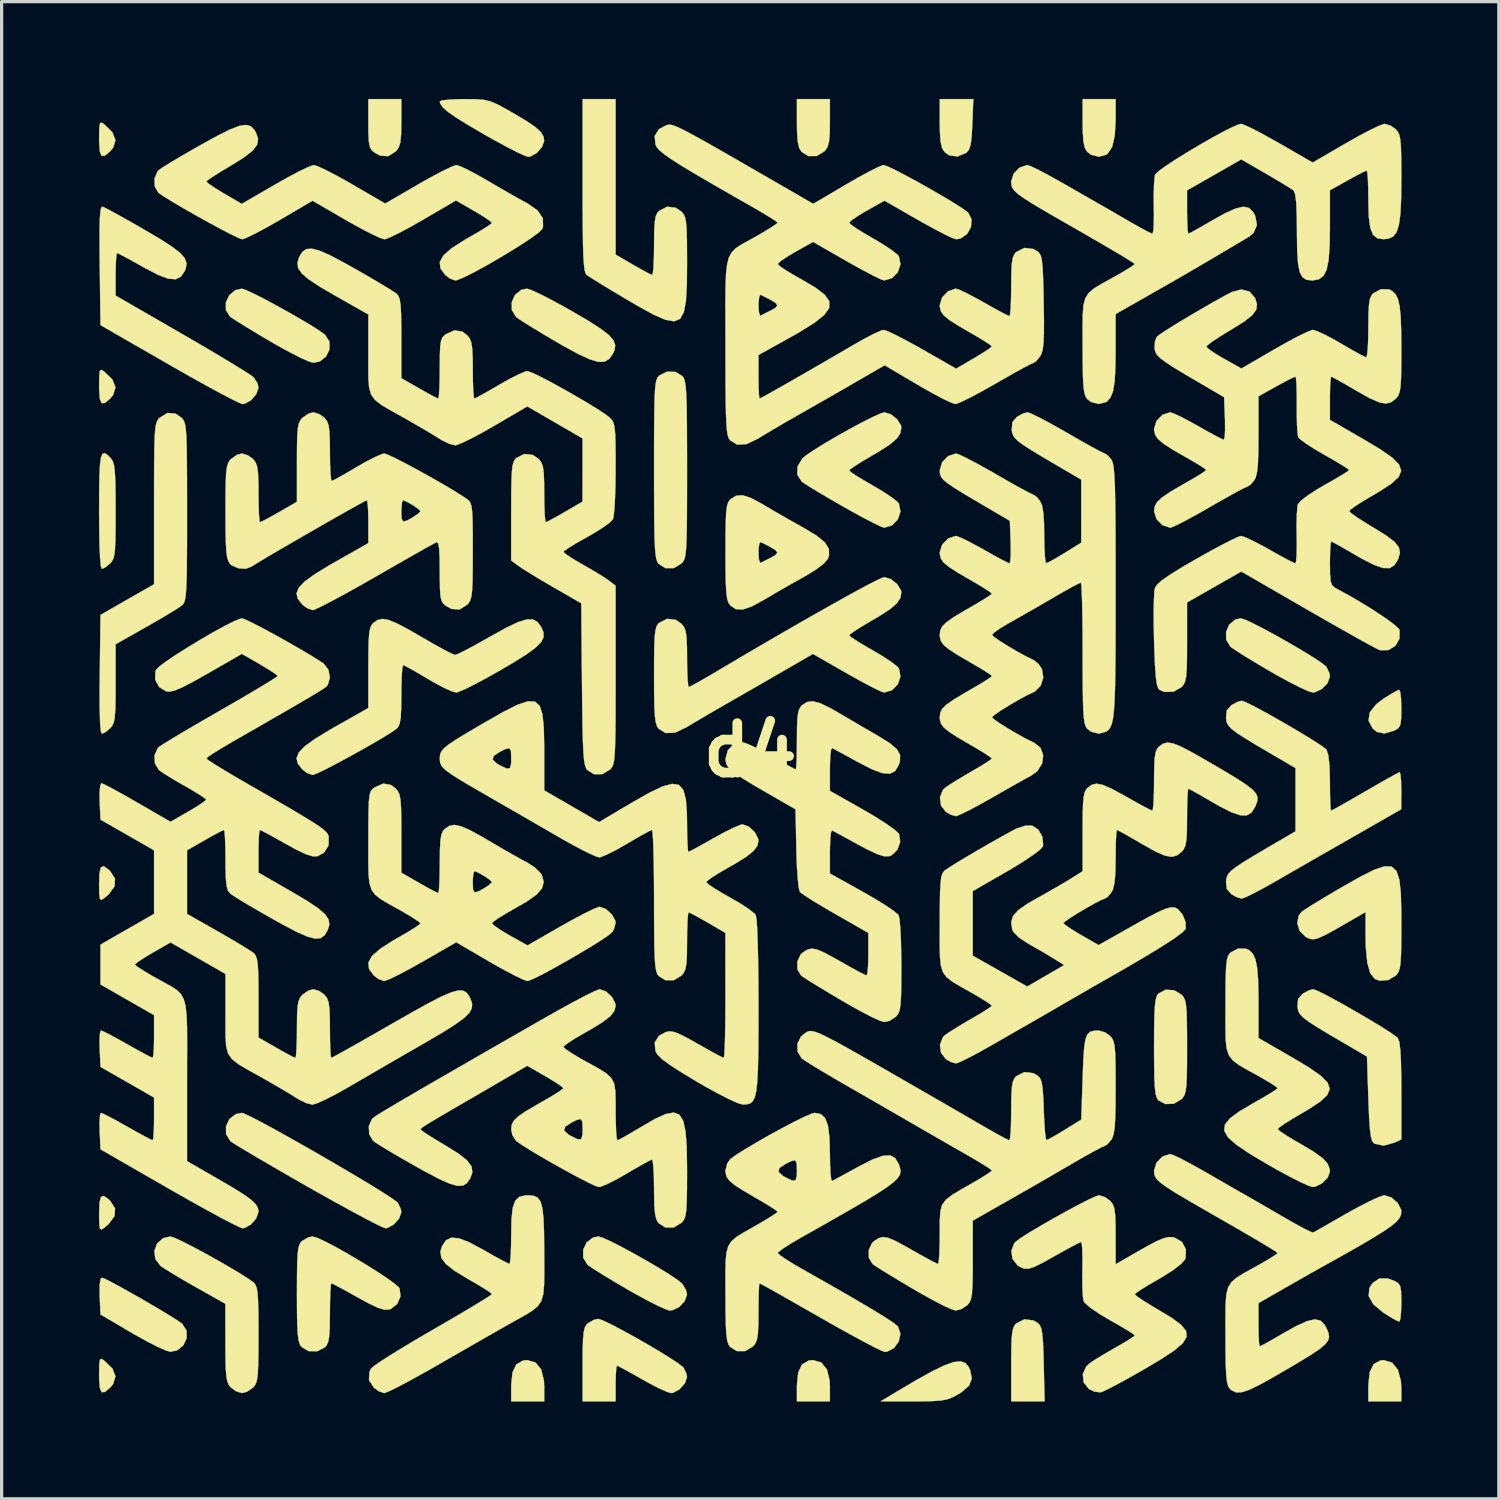
<source format=kicad_pcb>
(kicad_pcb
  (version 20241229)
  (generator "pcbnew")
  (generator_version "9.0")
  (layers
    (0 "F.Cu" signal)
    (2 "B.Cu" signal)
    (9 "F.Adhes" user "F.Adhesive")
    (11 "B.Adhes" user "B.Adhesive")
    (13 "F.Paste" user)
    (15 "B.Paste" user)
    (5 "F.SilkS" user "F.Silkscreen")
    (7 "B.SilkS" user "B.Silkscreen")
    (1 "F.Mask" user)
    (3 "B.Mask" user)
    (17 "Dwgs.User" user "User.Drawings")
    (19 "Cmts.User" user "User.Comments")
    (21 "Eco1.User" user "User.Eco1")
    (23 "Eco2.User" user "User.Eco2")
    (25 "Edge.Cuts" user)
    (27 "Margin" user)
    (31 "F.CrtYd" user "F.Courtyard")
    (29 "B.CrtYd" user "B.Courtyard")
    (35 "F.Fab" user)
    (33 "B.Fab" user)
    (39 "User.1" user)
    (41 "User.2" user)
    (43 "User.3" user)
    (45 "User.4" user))
  (footprint "d4"
    (layer "F.Cu")
    (at 20.071 20.071)
    (property "Reference" "d4" (at 0 0 0) (layer "F.SilkS") (effects (font (size 1.524 1.524) (thickness 0.3))))
    (attr through_hole)
    (fp_poly (pts (xy -6.616 18.87) (xy -6.442 19.085) (xy -6.357 19.432) (xy -6.35 19.6) (xy -6.35 20.066) (xy -7.366 20.066) (xy -7.366 19.571) (xy -7.328 19.179) (xy -7.208 18.928) (xy -7.002 18.809) (xy -6.872 18.796) (xy -6.616 18.87)) (stroke (width 0.01) (type solid)) (fill yes) (layer "F.SilkS"))
    (fp_poly (pts (xy 2.19 18.87) (xy 2.364 19.085) (xy 2.448 19.432) (xy 2.455 19.6) (xy 2.455 20.066) (xy 1.439 20.066) (xy 1.439 19.571) (xy 1.478 19.179) (xy 1.597 18.928) (xy 1.804 18.809) (xy 1.933 18.796) (xy 2.19 18.87)) (stroke (width 0.01) (type solid)) (fill yes) (layer "F.SilkS"))
    (fp_poly (pts (xy 19.782 18.874) (xy 19.961 19.094) (xy 20.054 19.448) (xy 20.066 19.679) (xy 20.066 20.066) (xy 19.05 20.066) (xy 19.05 19.571) (xy 19.09 19.174) (xy 19.213 18.92) (xy 19.421 18.806) (xy 19.522 18.797) (xy 19.782 18.874)) (stroke (width 0.01) (type solid)) (fill yes) (layer "F.SilkS"))
    (fp_poly (pts (xy -19.933 -19.309) (xy -19.918 -19.297) (xy -19.657 -19.044) (xy -19.563 -18.803) (xy -19.634 -18.569) (xy -19.727 -18.457) (xy -19.887 -18.324) (xy -19.988 -18.315) (xy -20.044 -18.445) (xy -20.065 -18.725) (xy -20.066 -18.849) (xy -20.063 -19.144) (xy -20.046 -19.3) (xy -20.006 -19.345) (xy -19.933 -19.309)) (stroke (width 0.01) (type solid)) (fill yes) (layer "F.SilkS"))
    (fp_poly (pts (xy -19.933 -11.689) (xy -19.918 -11.677) (xy -19.657 -11.424) (xy -19.563 -11.183) (xy -19.634 -10.949) (xy -19.727 -10.837) (xy -19.887 -10.704) (xy -19.988 -10.695) (xy -20.044 -10.825) (xy -20.065 -11.105) (xy -20.066 -11.229) (xy -20.063 -11.524) (xy -20.046 -11.68) (xy -20.006 -11.725) (xy -19.933 -11.689)) (stroke (width 0.01) (type solid)) (fill yes) (layer "F.SilkS"))
    (fp_poly (pts (xy -19.933 18.791) (xy -19.918 18.803) (xy -19.657 19.056) (xy -19.563 19.297) (xy -19.634 19.531) (xy -19.727 19.643) (xy -19.887 19.776) (xy -19.988 19.785) (xy -20.044 19.655) (xy -20.065 19.375) (xy -20.066 19.251) (xy -20.063 18.956) (xy -20.046 18.8) (xy -20.006 18.755) (xy -19.933 18.791)) (stroke (width 0.01) (type solid)) (fill yes) (layer "F.SilkS"))
    (fp_poly (pts (xy -19.785 3.67) (xy -19.727 3.725) (xy -19.576 3.959) (xy -19.591 4.196) (xy -19.772 4.442) (xy -19.918 4.565) (xy -19.997 4.612) (xy -20.041 4.582) (xy -20.061 4.445) (xy -20.066 4.174) (xy -20.066 4.117) (xy -20.054 3.785) (xy -20.011 3.609) (xy -19.925 3.575) (xy -19.785 3.67)) (stroke (width 0.01) (type solid)) (fill yes) (layer "F.SilkS"))
    (fp_poly (pts (xy -19.785 13.83) (xy -19.727 13.885) (xy -19.576 14.119) (xy -19.591 14.356) (xy -19.772 14.602) (xy -19.918 14.725) (xy -19.997 14.772) (xy -20.041 14.742) (xy -20.061 14.605) (xy -20.066 14.334) (xy -20.066 14.277) (xy -20.054 13.945) (xy -20.011 13.769) (xy -19.925 13.735) (xy -19.785 13.83)) (stroke (width 0.01) (type solid)) (fill yes) (layer "F.SilkS"))
    (fp_poly (pts (xy 11.261 -19.425) (xy 11.235 -18.941) (xy 11.157 -18.601) (xy 11.02 -18.39) (xy 10.973 -18.353) (xy 10.745 -18.291) (xy 10.502 -18.352) (xy 10.385 -18.443) (xy 10.311 -18.569) (xy 10.267 -18.772) (xy 10.247 -19.087) (xy 10.245 -19.332) (xy 10.245 -20.066) (xy 11.261 -20.066) (xy 11.261 -19.425)) (stroke (width 0.01) (type solid)) (fill yes) (layer "F.SilkS"))
    (fp_poly (pts (xy 2.455 -19.346) (xy 2.449 -18.977) (xy 2.425 -18.735) (xy 2.376 -18.578) (xy 2.294 -18.465) (xy 2.286 -18.457) (xy 2.045 -18.313) (xy 1.789 -18.312) (xy 1.579 -18.443) (xy 1.506 -18.569) (xy 1.462 -18.772) (xy 1.442 -19.087) (xy 1.439 -19.332) (xy 1.439 -20.066) (xy 2.455 -20.066) (xy 2.455 -19.346)) (stroke (width 0.01) (type solid)) (fill yes) (layer "F.SilkS"))
    (fp_poly (pts (xy 6.845 -19.297) (xy 6.825 -18.916) (xy 6.794 -18.668) (xy 6.745 -18.515) (xy 6.67 -18.422) (xy 6.651 -18.408) (xy 6.386 -18.298) (xy 6.128 -18.335) (xy 5.982 -18.443) (xy 5.908 -18.569) (xy 5.864 -18.772) (xy 5.845 -19.087) (xy 5.842 -19.332) (xy 5.842 -20.066) (xy 6.875 -20.066) (xy 6.845 -19.297)) (stroke (width 0.01) (type solid)) (fill yes) (layer "F.SilkS"))
    (fp_poly (pts (xy -10.753 -19.346) (xy -10.759 -18.977) (xy -10.783 -18.735) (xy -10.832 -18.578) (xy -10.914 -18.465) (xy -10.922 -18.457) (xy -11.156 -18.308) (xy -11.406 -18.325) (xy -11.58 -18.42) (xy -11.671 -18.499) (xy -11.727 -18.606) (xy -11.756 -18.781) (xy -11.767 -19.062) (xy -11.769 -19.309) (xy -11.769 -20.066) (xy -10.753 -20.066) (xy -10.753 -19.346)) (stroke (width 0.01) (type solid)) (fill yes) (layer "F.SilkS"))
    (fp_poly (pts (xy 8.723 17.572) (xy 8.853 17.646) (xy 8.92 17.711) (xy 8.967 17.813) (xy 9 17.979) (xy 9.022 18.239) (xy 9.037 18.622) (xy 9.045 18.916) (xy 9.072 20.066) (xy 8.043 20.066) (xy 8.043 18.936) (xy 8.046 18.469) (xy 8.056 18.141) (xy 8.078 17.922) (xy 8.114 17.784) (xy 8.169 17.695) (xy 8.198 17.666) (xy 8.45 17.539) (xy 8.723 17.572)) (stroke (width 0.01) (type solid)) (fill yes) (layer "F.SilkS"))
    (fp_poly (pts (xy 19.646 16.28) (xy 19.85 16.354) (xy 19.965 16.42) (xy 20.03 16.514) (xy 20.059 16.682) (xy 20.066 16.968) (xy 20.066 17.032) (xy 20.057 17.32) (xy 20.035 17.527) (xy 20.003 17.611) (xy 20.002 17.611) (xy 19.901 17.568) (xy 19.707 17.456) (xy 19.515 17.335) (xy 19.206 17.079) (xy 19.06 16.824) (xy 19.08 16.575) (xy 19.184 16.418) (xy 19.39 16.279) (xy 19.646 16.28)) (stroke (width 0.01) (type solid)) (fill yes) (layer "F.SilkS"))
    (fp_poly (pts (xy 20.034 -1.785) (xy 20.057 -1.582) (xy 20.066 -1.296) (xy 20.066 -1.284) (xy 20.061 -0.974) (xy 20.037 -0.789) (xy 19.979 -0.685) (xy 19.874 -0.617) (xy 19.85 -0.606) (xy 19.546 -0.516) (xy 19.311 -0.564) (xy 19.184 -0.67) (xy 19.055 -0.912) (xy 19.092 -1.164) (xy 19.295 -1.42) (xy 19.515 -1.587) (xy 19.751 -1.734) (xy 19.93 -1.834) (xy 20.002 -1.863) (xy 20.034 -1.785)) (stroke (width 0.01) (type solid)) (fill yes) (layer "F.SilkS"))
    (fp_poly (pts (xy 6.628 18.885) (xy 6.731 19.003) (xy 6.778 19.106) (xy 6.828 19.364) (xy 6.745 19.58) (xy 6.516 19.782) (xy 6.4 19.854) (xy 6.231 19.945) (xy 6.066 20.006) (xy 5.867 20.042) (xy 5.592 20.06) (xy 5.202 20.066) (xy 5.03 20.066) (xy 4.022 20.066) (xy 4.515 19.768) (xy 5.124 19.408) (xy 5.609 19.139) (xy 5.986 18.957) (xy 6.271 18.857) (xy 6.48 18.834) (xy 6.628 18.885)) (stroke (width 0.01) (type solid)) (fill yes) (layer "F.SilkS"))
    (fp_poly (pts (xy -19.875 16.297) (xy -19.658 16.408) (xy -19.357 16.571) (xy -19.003 16.77) (xy -18.628 16.985) (xy -18.261 17.2) (xy -17.933 17.397) (xy -17.676 17.558) (xy -17.52 17.666) (xy -17.505 17.678) (xy -17.372 17.886) (xy -17.369 18.124) (xy -17.474 18.344) (xy -17.667 18.497) (xy -17.871 18.538) (xy -18.019 18.495) (xy -18.276 18.38) (xy -18.61 18.209) (xy -18.985 18) (xy -19.05 17.962) (xy -20.024 17.389) (xy -20.049 16.822) (xy -20.05 16.473) (xy -20.017 16.288) (xy -19.979 16.256) (xy -19.875 16.297)) (stroke (width 0.01) (type solid)) (fill yes) (layer "F.SilkS"))
    (fp_poly (pts (xy -19.799 -9.093) (xy -19.698 -8.989) (xy -19.646 -8.909) (xy -19.608 -8.784) (xy -19.583 -8.59) (xy -19.567 -8.3) (xy -19.56 -7.89) (xy -19.558 -7.38) (xy -19.559 -6.848) (xy -19.565 -6.458) (xy -19.579 -6.184) (xy -19.602 -6.001) (xy -19.638 -5.88) (xy -19.69 -5.798) (xy -19.727 -5.757) (xy -19.879 -5.633) (xy -19.981 -5.588) (xy -20.012 -5.671) (xy -20.036 -5.914) (xy -20.053 -6.308) (xy -20.063 -6.844) (xy -20.066 -7.366) (xy -20.064 -7.998) (xy -20.056 -8.476) (xy -20.038 -8.815) (xy -20.007 -9.031) (xy -19.959 -9.139) (xy -19.891 -9.155) (xy -19.799 -9.093)) (stroke (width 0.01) (type solid)) (fill yes) (layer "F.SilkS"))
    (fp_poly (pts (xy -15.544 -14.183) (xy -15.302 -14.072) (xy -14.979 -13.908) (xy -14.606 -13.708) (xy -14.214 -13.49) (xy -13.834 -13.272) (xy -13.499 -13.071) (xy -13.24 -12.904) (xy -13.102 -12.802) (xy -12.969 -12.594) (xy -12.966 -12.356) (xy -13.071 -12.136) (xy -13.264 -11.983) (xy -13.469 -11.942) (xy -13.611 -11.984) (xy -13.868 -12.1) (xy -14.206 -12.273) (xy -14.596 -12.488) (xy -14.785 -12.598) (xy -15.184 -12.834) (xy -15.538 -13.048) (xy -15.818 -13.222) (xy -15.995 -13.338) (xy -16.034 -13.367) (xy -16.159 -13.566) (xy -16.16 -13.801) (xy -16.056 -14.021) (xy -15.869 -14.178) (xy -15.672 -14.224) (xy -15.544 -14.183)) (stroke (width 0.01) (type solid)) (fill yes) (layer "F.SilkS"))
    (fp_poly (pts (xy -6.751 -14.183) (xy -6.504 -14.071) (xy -6.169 -13.901) (xy -5.775 -13.688) (xy -5.506 -13.536) (xy -4.993 -13.236) (xy -4.616 -12.995) (xy -4.362 -12.8) (xy -4.215 -12.634) (xy -4.16 -12.481) (xy -4.183 -12.327) (xy -4.24 -12.205) (xy -4.352 -12.053) (xy -4.495 -11.973) (xy -4.687 -11.97) (xy -4.95 -12.049) (xy -5.304 -12.213) (xy -5.77 -12.467) (xy -5.969 -12.582) (xy -6.367 -12.817) (xy -6.722 -13.032) (xy -7.004 -13.208) (xy -7.181 -13.326) (xy -7.218 -13.355) (xy -7.347 -13.568) (xy -7.349 -13.812) (xy -7.245 -14.036) (xy -7.054 -14.188) (xy -6.881 -14.224) (xy -6.751 -14.183)) (stroke (width 0.01) (type solid)) (fill yes) (layer "F.SilkS"))
    (fp_poly (pts (xy -8.467 -20.063) (xy -8.216 -20.045) (xy -8.006 -19.996) (xy -7.784 -19.9) (xy -7.495 -19.744) (xy -7.309 -19.637) (xy -6.901 -19.395) (xy -6.624 -19.207) (xy -6.454 -19.052) (xy -6.37 -18.912) (xy -6.35 -18.78) (xy -6.419 -18.586) (xy -6.584 -18.403) (xy -6.78 -18.296) (xy -6.839 -18.288) (xy -6.961 -18.328) (xy -7.201 -18.44) (xy -7.529 -18.609) (xy -7.918 -18.82) (xy -8.173 -18.964) (xy -8.686 -19.263) (xy -9.065 -19.498) (xy -9.326 -19.681) (xy -9.485 -19.824) (xy -9.558 -19.94) (xy -9.567 -19.998) (xy -9.489 -20.028) (xy -9.279 -20.051) (xy -8.976 -20.064) (xy -8.812 -20.066) (xy -8.467 -20.063)) (stroke (width 0.01) (type solid)) (fill yes) (layer "F.SilkS"))
    (fp_poly (pts (xy -4.541 15.028) (xy -4.291 15.142) (xy -3.962 15.309) (xy -3.584 15.513) (xy -3.191 15.735) (xy -2.814 15.956) (xy -2.484 16.16) (xy -2.235 16.327) (xy -2.097 16.441) (xy -2.095 16.442) (xy -1.982 16.631) (xy -1.947 16.773) (xy -2.02 16.981) (xy -2.197 17.164) (xy -2.415 17.263) (xy -2.477 17.268) (xy -2.615 17.225) (xy -2.867 17.11) (xy -3.202 16.939) (xy -3.59 16.727) (xy -3.768 16.626) (xy -4.166 16.392) (xy -4.521 16.177) (xy -4.803 16.002) (xy -4.98 15.883) (xy -5.016 15.855) (xy -5.146 15.642) (xy -5.148 15.398) (xy -5.044 15.174) (xy -4.852 15.022) (xy -4.679 14.986) (xy -4.541 15.028)) (stroke (width 0.01) (type solid)) (fill yes) (layer "F.SilkS"))
    (fp_poly (pts (xy 15.255 -4.022) (xy 15.5 -3.909) (xy 15.826 -3.741) (xy 16.202 -3.537) (xy 16.597 -3.314) (xy 16.979 -3.09) (xy 17.317 -2.884) (xy 17.58 -2.712) (xy 17.736 -2.592) (xy 17.759 -2.568) (xy 17.848 -2.375) (xy 17.865 -2.27) (xy 17.792 -2.068) (xy 17.617 -1.887) (xy 17.4 -1.786) (xy 17.335 -1.779) (xy 17.197 -1.821) (xy 16.945 -1.935) (xy 16.61 -2.105) (xy 16.223 -2.317) (xy 16.047 -2.418) (xy 15.649 -2.652) (xy 15.294 -2.867) (xy 15.012 -3.044) (xy 14.835 -3.163) (xy 14.798 -3.192) (xy 14.669 -3.404) (xy 14.665 -3.649) (xy 14.765 -3.875) (xy 14.952 -4.028) (xy 15.122 -4.064) (xy 15.255 -4.022)) (stroke (width 0.01) (type solid)) (fill yes) (layer "F.SilkS"))
    (fp_poly (pts (xy 13.066 7.397) (xy 13.293 7.535) (xy 13.355 7.609) (xy 13.4 7.706) (xy 13.43 7.851) (xy 13.449 8.073) (xy 13.458 8.396) (xy 13.462 8.848) (xy 13.462 9.144) (xy 13.461 9.674) (xy 13.455 10.061) (xy 13.441 10.332) (xy 13.417 10.514) (xy 13.38 10.633) (xy 13.327 10.715) (xy 13.293 10.753) (xy 13.054 10.894) (xy 12.793 10.904) (xy 12.579 10.789) (xy 12.53 10.715) (xy 12.494 10.589) (xy 12.47 10.388) (xy 12.455 10.088) (xy 12.448 9.664) (xy 12.446 9.144) (xy 12.448 8.585) (xy 12.456 8.172) (xy 12.472 7.881) (xy 12.497 7.686) (xy 12.533 7.566) (xy 12.579 7.499) (xy 12.804 7.381) (xy 13.066 7.397)) (stroke (width 0.01) (type solid)) (fill yes) (layer "F.SilkS"))
    (fp_poly (pts (xy -4.553 17.568) (xy -4.311 17.682) (xy -3.987 17.851) (xy -3.613 18.056) (xy -3.219 18.279) (xy -2.838 18.504) (xy -2.5 18.712) (xy -2.236 18.885) (xy -2.077 19.006) (xy -2.053 19.031) (xy -1.963 19.22) (xy -1.947 19.32) (xy -2.017 19.514) (xy -2.182 19.697) (xy -2.379 19.804) (xy -2.438 19.812) (xy -2.573 19.772) (xy -2.814 19.663) (xy -3.121 19.504) (xy -3.328 19.389) (xy -3.642 19.211) (xy -3.899 19.069) (xy -4.064 18.983) (xy -4.107 18.965) (xy -4.128 19.043) (xy -4.143 19.245) (xy -4.149 19.516) (xy -4.149 20.066) (xy -5.165 20.066) (xy -5.165 18.936) (xy -5.162 18.469) (xy -5.152 18.141) (xy -5.13 17.922) (xy -5.094 17.784) (xy -5.039 17.695) (xy -5.01 17.666) (xy -4.819 17.555) (xy -4.684 17.526) (xy -4.553 17.568)) (stroke (width 0.01) (type solid)) (fill yes) (layer "F.SilkS"))
    (fp_poly (pts (xy -15.553 11.218) (xy -15.314 11.334) (xy -14.973 11.514) (xy -14.554 11.742) (xy -14.078 12.008) (xy -13.568 12.297) (xy -13.045 12.599) (xy -12.53 12.899) (xy -12.048 13.185) (xy -11.618 13.445) (xy -11.264 13.665) (xy -11.008 13.833) (xy -10.87 13.937) (xy -10.858 13.95) (xy -10.768 14.14) (xy -10.753 14.24) (xy -10.821 14.433) (xy -10.985 14.615) (xy -11.179 14.723) (xy -11.239 14.732) (xy -11.348 14.691) (xy -11.584 14.576) (xy -11.927 14.397) (xy -12.36 14.164) (xy -12.861 13.888) (xy -13.413 13.579) (xy -13.631 13.455) (xy -14.198 13.131) (xy -14.722 12.828) (xy -15.184 12.558) (xy -15.564 12.333) (xy -15.842 12.164) (xy -16 12.063) (xy -16.023 12.045) (xy -16.154 11.831) (xy -16.156 11.588) (xy -16.05 11.366) (xy -15.854 11.214) (xy -15.67 11.176) (xy -15.553 11.218)) (stroke (width 0.01) (type solid)) (fill yes) (layer "F.SilkS"))
    (fp_poly (pts (xy 17.466 7.408) (xy 17.698 7.521) (xy 18.012 7.688) (xy 18.378 7.892) (xy 18.766 8.115) (xy 19.145 8.338) (xy 19.485 8.545) (xy 19.755 8.718) (xy 19.924 8.839) (xy 19.96 8.874) (xy 20.003 8.99) (xy 20.034 9.223) (xy 20.054 9.589) (xy 20.064 10.1) (xy 20.066 10.501) (xy 20.066 11.995) (xy 19.85 12.094) (xy 19.52 12.186) (xy 19.25 12.128) (xy 19.219 12.109) (xy 19.167 12.043) (xy 19.128 11.902) (xy 19.097 11.665) (xy 19.073 11.307) (xy 19.052 10.805) (xy 19.05 10.735) (xy 19.008 9.44) (xy 18.33 9.044) (xy 17.837 8.755) (xy 17.471 8.534) (xy 17.213 8.368) (xy 17.044 8.24) (xy 16.943 8.136) (xy 16.891 8.04) (xy 16.869 7.938) (xy 16.865 7.903) (xy 16.886 7.668) (xy 17.025 7.506) (xy 17.032 7.501) (xy 17.219 7.4) (xy 17.348 7.366) (xy 17.466 7.408)) (stroke (width 0.01) (type solid)) (fill yes) (layer "F.SilkS"))
    (fp_poly (pts (xy 19.767 3.587) (xy 19.916 3.72) (xy 20.005 3.988) (xy 20.05 4.399) (xy 20.065 4.965) (xy 20.066 5.353) (xy 20.065 5.879) (xy 20.058 6.263) (xy 20.044 6.531) (xy 20.02 6.71) (xy 19.982 6.827) (xy 19.928 6.909) (xy 19.897 6.943) (xy 19.662 7.082) (xy 19.398 7.102) (xy 19.246 7.045) (xy 19.108 6.871) (xy 19.017 6.548) (xy 18.972 6.071) (xy 18.965 5.747) (xy 18.965 4.986) (xy 18.436 5.291) (xy 18.022 5.529) (xy 17.725 5.69) (xy 17.518 5.786) (xy 17.373 5.825) (xy 17.261 5.817) (xy 17.155 5.772) (xy 17.118 5.752) (xy 16.933 5.571) (xy 16.859 5.332) (xy 16.903 5.097) (xy 16.993 4.982) (xy 17.118 4.894) (xy 17.36 4.741) (xy 17.689 4.542) (xy 18.075 4.313) (xy 18.265 4.203) (xy 18.808 3.896) (xy 19.228 3.685) (xy 19.543 3.579) (xy 19.767 3.587)) (stroke (width 0.01) (type solid)) (fill yes) (layer "F.SilkS"))
    (fp_poly (pts (xy -17.745 15.027) (xy -17.504 15.138) (xy -17.18 15.302) (xy -16.807 15.502) (xy -16.415 15.72) (xy -16.036 15.938) (xy -15.701 16.139) (xy -15.441 16.306) (xy -15.303 16.408) (xy -15.249 16.472) (xy -15.21 16.574) (xy -15.183 16.738) (xy -15.167 16.989) (xy -15.158 17.353) (xy -15.155 17.854) (xy -15.155 18.005) (xy -15.157 18.541) (xy -15.163 18.933) (xy -15.176 19.209) (xy -15.199 19.395) (xy -15.234 19.516) (xy -15.285 19.6) (xy -15.325 19.643) (xy -15.509 19.77) (xy -15.663 19.812) (xy -15.848 19.755) (xy -16.002 19.643) (xy -16.069 19.561) (xy -16.116 19.453) (xy -16.146 19.29) (xy -16.164 19.042) (xy -16.172 18.679) (xy -16.174 18.267) (xy -16.176 17.06) (xy -17.077 16.552) (xy -17.447 16.34) (xy -17.778 16.144) (xy -18.035 15.985) (xy -18.175 15.89) (xy -18.334 15.678) (xy -18.364 15.433) (xy -18.279 15.203) (xy -18.097 15.039) (xy -17.873 14.986) (xy -17.745 15.027)) (stroke (width 0.01) (type solid)) (fill yes) (layer "F.SilkS"))
    (fp_poly (pts (xy -2.303 -11.659) (xy -2.087 -11.529) (xy -2.048 -11.471) (xy -2.017 -11.379) (xy -1.993 -11.236) (xy -1.975 -11.025) (xy -1.962 -10.726) (xy -1.954 -10.323) (xy -1.95 -9.797) (xy -1.948 -9.13) (xy -1.947 -8.65) (xy -1.948 -7.898) (xy -1.95 -7.297) (xy -1.954 -6.829) (xy -1.963 -6.475) (xy -1.976 -6.217) (xy -1.995 -6.036) (xy -2.02 -5.915) (xy -2.054 -5.835) (xy -2.097 -5.778) (xy -2.117 -5.757) (xy -2.357 -5.613) (xy -2.614 -5.612) (xy -2.823 -5.743) (xy -2.862 -5.801) (xy -2.893 -5.892) (xy -2.917 -6.034) (xy -2.935 -6.245) (xy -2.948 -6.542) (xy -2.956 -6.943) (xy -2.961 -7.467) (xy -2.963 -8.13) (xy -2.963 -8.651) (xy -2.963 -9.409) (xy -2.96 -10.017) (xy -2.955 -10.491) (xy -2.947 -10.849) (xy -2.934 -11.11) (xy -2.915 -11.291) (xy -2.889 -11.411) (xy -2.856 -11.487) (xy -2.815 -11.538) (xy -2.808 -11.544) (xy -2.567 -11.666) (xy -2.303 -11.659)) (stroke (width 0.01) (type solid)) (fill yes) (layer "F.SilkS"))
    (fp_poly (pts (xy 4.34 -10.35) (xy 4.531 -10.195) (xy 4.646 -10.009) (xy 4.657 -9.943) (xy 4.626 -9.771) (xy 4.518 -9.607) (xy 4.311 -9.429) (xy 3.982 -9.215) (xy 3.771 -9.092) (xy 3.464 -8.911) (xy 3.222 -8.758) (xy 3.076 -8.654) (xy 3.048 -8.623) (xy 3.117 -8.56) (xy 3.303 -8.437) (xy 3.574 -8.274) (xy 3.775 -8.159) (xy 4.096 -7.969) (xy 4.362 -7.792) (xy 4.537 -7.654) (xy 4.581 -7.602) (xy 4.63 -7.355) (xy 4.549 -7.113) (xy 4.369 -6.929) (xy 4.128 -6.858) (xy 4.016 -6.898) (xy 3.787 -7.009) (xy 3.469 -7.175) (xy 3.089 -7.383) (xy 2.873 -7.505) (xy 2.467 -7.738) (xy 2.105 -7.952) (xy 1.817 -8.127) (xy 1.632 -8.247) (xy 1.587 -8.28) (xy 1.45 -8.495) (xy 1.458 -8.744) (xy 1.604 -8.987) (xy 1.714 -9.083) (xy 1.965 -9.253) (xy 2.294 -9.457) (xy 2.67 -9.677) (xy 3.061 -9.897) (xy 3.436 -10.098) (xy 3.762 -10.263) (xy 4.006 -10.374) (xy 4.137 -10.414) (xy 4.34 -10.35)) (stroke (width 0.01) (type solid)) (fill yes) (layer "F.SilkS"))
    (fp_poly (pts (xy -4.149 -15.275) (xy -3.612 -14.961) (xy -3.344 -14.809) (xy -3.134 -14.697) (xy -3.024 -14.648) (xy -3.019 -14.647) (xy -2.997 -14.726) (xy -2.978 -14.94) (xy -2.967 -15.254) (xy -2.963 -15.566) (xy -2.959 -15.985) (xy -2.944 -16.269) (xy -2.913 -16.451) (xy -2.861 -16.566) (xy -2.808 -16.624) (xy -2.56 -16.75) (xy -2.296 -16.719) (xy -2.117 -16.595) (xy -2.054 -16.52) (xy -2.009 -16.423) (xy -1.979 -16.276) (xy -1.96 -16.053) (xy -1.951 -15.727) (xy -1.948 -15.271) (xy -1.947 -15.005) (xy -1.953 -14.346) (xy -1.981 -13.848) (xy -2.046 -13.5) (xy -2.163 -13.293) (xy -2.349 -13.219) (xy -2.617 -13.266) (xy -2.985 -13.427) (xy -3.466 -13.693) (xy -3.794 -13.885) (xy -4.193 -14.122) (xy -4.547 -14.336) (xy -4.826 -14.509) (xy -5.002 -14.622) (xy -5.043 -14.652) (xy -5.078 -14.705) (xy -5.105 -14.812) (xy -5.127 -14.99) (xy -5.143 -15.256) (xy -5.154 -15.626) (xy -5.16 -16.117) (xy -5.164 -16.746) (xy -5.165 -17.409) (xy -5.165 -20.066) (xy -4.149 -20.066) (xy -4.149 -15.275)) (stroke (width 0.01) (type solid)) (fill yes) (layer "F.SilkS"))
    (fp_poly (pts (xy -13.339 15.03) (xy -13.085 15.148) (xy -12.752 15.323) (xy -12.373 15.537) (xy -11.977 15.771) (xy -11.594 16.008) (xy -11.256 16.228) (xy -10.993 16.414) (xy -10.835 16.547) (xy -10.806 16.586) (xy -10.778 16.833) (xy -10.88 17.065) (xy -11.08 17.22) (xy -11.131 17.237) (xy -11.276 17.24) (xy -11.478 17.181) (xy -11.764 17.046) (xy -12.107 16.858) (xy -12.427 16.678) (xy -12.689 16.535) (xy -12.861 16.446) (xy -12.911 16.425) (xy -12.928 16.504) (xy -12.942 16.718) (xy -12.951 17.032) (xy -12.954 17.344) (xy -12.958 17.763) (xy -12.973 18.047) (xy -13.004 18.229) (xy -13.056 18.344) (xy -13.109 18.402) (xy -13.35 18.524) (xy -13.615 18.517) (xy -13.83 18.387) (xy -13.882 18.308) (xy -13.919 18.184) (xy -13.945 17.992) (xy -13.96 17.705) (xy -13.968 17.3) (xy -13.97 16.75) (xy -13.97 16.749) (xy -13.968 16.208) (xy -13.962 15.811) (xy -13.949 15.532) (xy -13.925 15.346) (xy -13.89 15.227) (xy -13.841 15.151) (xy -13.815 15.126) (xy -13.623 15.015) (xy -13.486 14.986) (xy -13.339 15.03)) (stroke (width 0.01) (type solid)) (fill yes) (layer "F.SilkS"))
    (fp_poly (pts (xy -17.713 -10.375) (xy -17.526 -10.245) (xy -17.479 -10.191) (xy -17.442 -10.123) (xy -17.413 -10.02) (xy -17.392 -9.866) (xy -17.377 -9.641) (xy -17.367 -9.328) (xy -17.361 -8.908) (xy -17.358 -8.364) (xy -17.357 -7.675) (xy -17.357 -7.337) (xy -17.357 -6.579) (xy -17.36 -5.972) (xy -17.365 -5.499) (xy -17.374 -5.142) (xy -17.388 -4.883) (xy -17.407 -4.704) (xy -17.433 -4.587) (xy -17.466 -4.515) (xy -17.505 -4.471) (xy -17.633 -4.382) (xy -17.876 -4.231) (xy -18.199 -4.039) (xy -18.569 -3.826) (xy -18.605 -3.806) (xy -19.558 -3.267) (xy -19.558 -2.057) (xy -19.56 -1.575) (xy -19.568 -1.232) (xy -19.587 -1) (xy -19.619 -0.848) (xy -19.668 -0.746) (xy -19.727 -0.677) (xy -19.88 -0.553) (xy -19.983 -0.508) (xy -20.014 -0.592) (xy -20.036 -0.842) (xy -20.048 -1.255) (xy -20.051 -1.827) (xy -20.046 -2.339) (xy -20.024 -4.17) (xy -19.198 -4.643) (xy -18.373 -5.116) (xy -18.373 -7.596) (xy -18.372 -8.31) (xy -18.37 -8.875) (xy -18.364 -9.308) (xy -18.355 -9.631) (xy -18.34 -9.861) (xy -18.318 -10.019) (xy -18.288 -10.123) (xy -18.249 -10.193) (xy -18.203 -10.245) (xy -17.961 -10.394) (xy -17.713 -10.375)) (stroke (width 0.01) (type solid)) (fill yes) (layer "F.SilkS"))
    (fp_poly (pts (xy -19.959 -16.749) (xy -19.851 -16.699) (xy -19.625 -16.579) (xy -19.307 -16.403) (xy -18.926 -16.188) (xy -18.677 -16.044) (xy -18.176 -15.749) (xy -17.811 -15.513) (xy -17.566 -15.322) (xy -17.425 -15.16) (xy -17.373 -15.01) (xy -17.393 -14.857) (xy -17.425 -14.777) (xy -17.544 -14.597) (xy -17.709 -14.515) (xy -17.939 -14.533) (xy -18.258 -14.654) (xy -18.686 -14.878) (xy -18.711 -14.892) (xy -19.031 -15.072) (xy -19.293 -15.215) (xy -19.465 -15.304) (xy -19.515 -15.325) (xy -19.535 -15.247) (xy -19.55 -15.04) (xy -19.558 -14.746) (xy -19.558 -14.668) (xy -19.558 -14.011) (xy -17.505 -12.826) (xy -16.964 -12.512) (xy -16.465 -12.218) (xy -16.03 -11.957) (xy -15.678 -11.741) (xy -15.431 -11.584) (xy -15.308 -11.497) (xy -15.304 -11.493) (xy -15.187 -11.311) (xy -15.155 -11.176) (xy -15.224 -10.972) (xy -15.388 -10.784) (xy -15.586 -10.676) (xy -15.645 -10.668) (xy -15.755 -10.709) (xy -15.991 -10.825) (xy -16.333 -11.004) (xy -16.762 -11.237) (xy -17.257 -11.513) (xy -17.798 -11.821) (xy -17.91 -11.885) (xy -20.024 -13.101) (xy -20.047 -14.939) (xy -20.052 -15.561) (xy -20.052 -16.031) (xy -20.045 -16.367) (xy -20.029 -16.587) (xy -20.005 -16.709) (xy -19.971 -16.75) (xy -19.959 -16.749)) (stroke (width 0.01) (type solid)) (fill yes) (layer "F.SilkS"))
    (fp_poly (pts (xy 0.018 -7.776) (xy 0.366 -7.59) (xy 0.436 -7.548) (xy 0.78 -7.345) (xy 1.191 -7.108) (xy 1.589 -6.886) (xy 1.637 -6.859) (xy 2.043 -6.615) (xy 2.302 -6.402) (xy 2.425 -6.203) (xy 2.428 -5.999) (xy 2.391 -5.896) (xy 2.269 -5.754) (xy 2.026 -5.569) (xy 1.697 -5.366) (xy 1.637 -5.333) (xy 1.248 -5.116) (xy 0.833 -4.878) (xy 0.476 -4.668) (xy 0.436 -4.644) (xy 0.055 -4.435) (xy -0.228 -4.338) (xy -0.441 -4.347) (xy -0.609 -4.459) (xy -0.622 -4.473) (xy -0.674 -4.552) (xy -0.711 -4.676) (xy -0.737 -4.868) (xy -0.752 -5.155) (xy -0.76 -5.56) (xy -0.762 -6.096) (xy 0.254 -6.096) (xy 0.267 -5.887) (xy 0.301 -5.778) (xy 0.318 -5.774) (xy 0.433 -5.831) (xy 0.614 -5.922) (xy 0.776 -6.012) (xy 0.835 -6.087) (xy 0.779 -6.169) (xy 0.593 -6.28) (xy 0.318 -6.418) (xy 0.279 -6.363) (xy 0.256 -6.188) (xy 0.254 -6.096) (xy -0.762 -6.096) (xy -0.762 -6.11) (xy -0.762 -6.111) (xy -0.76 -6.652) (xy -0.754 -7.049) (xy -0.741 -7.328) (xy -0.717 -7.514) (xy -0.682 -7.633) (xy -0.633 -7.709) (xy -0.607 -7.734) (xy -0.436 -7.842) (xy -0.239 -7.858) (xy 0.018 -7.776)) (stroke (width 0.01) (type solid)) (fill yes) (layer "F.SilkS"))
    (fp_poly (pts (xy -6.679 13.73) (xy -6.555 13.784) (xy -6.467 13.9) (xy -6.408 14.099) (xy -6.373 14.401) (xy -6.355 14.827) (xy -6.35 15.398) (xy -6.35 15.509) (xy -6.348 16.052) (xy -6.352 16.457) (xy -6.376 16.751) (xy -6.435 16.965) (xy -6.543 17.129) (xy -6.715 17.273) (xy -6.965 17.425) (xy -7.308 17.616) (xy -7.408 17.672) (xy -7.731 17.855) (xy -8.16 18.1) (xy -8.657 18.385) (xy -9.181 18.686) (xy -9.652 18.957) (xy -10.111 19.218) (xy -10.527 19.446) (xy -10.875 19.63) (xy -11.132 19.756) (xy -11.271 19.811) (xy -11.282 19.812) (xy -11.449 19.755) (xy -11.599 19.643) (xy -11.75 19.412) (xy -11.736 19.165) (xy -11.689 19.059) (xy -11.596 18.978) (xy -11.376 18.826) (xy -11.051 18.618) (xy -10.641 18.366) (xy -10.168 18.085) (xy -9.784 17.862) (xy -9.283 17.572) (xy -8.835 17.309) (xy -8.459 17.084) (xy -8.175 16.91) (xy -8.003 16.798) (xy -7.959 16.761) (xy -8.028 16.701) (xy -8.214 16.579) (xy -8.484 16.417) (xy -8.686 16.302) (xy -9.103 16.05) (xy -9.376 15.836) (xy -9.52 15.644) (xy -9.549 15.452) (xy -9.499 15.285) (xy -9.378 15.103) (xy -9.212 15.022) (xy -8.979 15.042) (xy -8.658 15.166) (xy -8.228 15.396) (xy -8.221 15.4) (xy -7.903 15.581) (xy -7.641 15.724) (xy -7.468 15.813) (xy -7.419 15.833) (xy -7.397 15.754) (xy -7.38 15.54) (xy -7.369 15.226) (xy -7.366 14.914) (xy -7.356 14.434) (xy -7.318 14.098) (xy -7.241 13.883) (xy -7.117 13.765) (xy -6.933 13.719) (xy -6.843 13.716) (xy -6.679 13.73)) (stroke (width 0.01) (type solid)) (fill yes) (layer "F.SilkS"))
    (fp_poly (pts (xy 15.282 6.117) (xy 15.375 6.161) (xy 15.489 6.271) (xy 15.569 6.444) (xy 15.622 6.704) (xy 15.652 7.076) (xy 15.663 7.586) (xy 15.663 7.731) (xy 15.663 8.869) (xy 16.717 9.477) (xy 17.227 9.782) (xy 17.585 10.033) (xy 17.795 10.246) (xy 17.861 10.439) (xy 17.784 10.627) (xy 17.568 10.829) (xy 17.216 11.06) (xy 17.013 11.179) (xy 16.699 11.364) (xy 16.448 11.523) (xy 16.292 11.635) (xy 16.256 11.675) (xy 16.325 11.741) (xy 16.511 11.866) (xy 16.782 12.031) (xy 16.977 12.143) (xy 17.376 12.38) (xy 17.641 12.573) (xy 17.795 12.743) (xy 17.859 12.912) (xy 17.865 12.991) (xy 17.793 13.177) (xy 17.621 13.349) (xy 17.41 13.451) (xy 17.335 13.46) (xy 17.2 13.419) (xy 16.949 13.305) (xy 16.61 13.133) (xy 16.214 12.917) (xy 15.943 12.763) (xy 15.389 12.433) (xy 14.985 12.16) (xy 14.725 11.93) (xy 14.608 11.727) (xy 14.63 11.537) (xy 14.786 11.343) (xy 15.074 11.131) (xy 15.489 10.886) (xy 15.499 10.88) (xy 15.814 10.7) (xy 16.065 10.55) (xy 16.22 10.447) (xy 16.256 10.414) (xy 16.187 10.356) (xy 16.005 10.239) (xy 15.743 10.086) (xy 15.65 10.033) (xy 15.303 9.842) (xy 15.047 9.692) (xy 14.867 9.554) (xy 14.751 9.4) (xy 14.684 9.2) (xy 14.653 8.926) (xy 14.646 8.548) (xy 14.647 8.037) (xy 14.647 7.881) (xy 14.649 7.335) (xy 14.655 6.934) (xy 14.668 6.651) (xy 14.691 6.462) (xy 14.725 6.342) (xy 14.774 6.265) (xy 14.802 6.236) (xy 15.035 6.114) (xy 15.282 6.117)) (stroke (width 0.01) (type solid)) (fill yes) (layer "F.SilkS"))
    (fp_poly (pts (xy 15.265 -1.482) (xy 15.496 -1.369) (xy 15.81 -1.202) (xy 16.177 -0.998) (xy 16.565 -0.775) (xy 16.944 -0.552) (xy 17.284 -0.345) (xy 17.554 -0.172) (xy 17.723 -0.051) (xy 17.759 -0.016) (xy 17.816 0.152) (xy 17.852 0.48) (xy 17.865 0.96) (xy 17.865 0.99) (xy 17.868 1.351) (xy 17.877 1.64) (xy 17.89 1.82) (xy 17.902 1.863) (xy 17.984 1.822) (xy 18.185 1.711) (xy 18.477 1.546) (xy 18.833 1.34) (xy 18.954 1.27) (xy 19.324 1.055) (xy 19.642 0.875) (xy 19.878 0.746) (xy 20.004 0.681) (xy 20.017 0.677) (xy 20.041 0.755) (xy 20.058 0.958) (xy 20.064 1.243) (xy 20.064 1.249) (xy 20.061 1.82) (xy 18.951 2.455) (xy 18.53 2.696) (xy 18.131 2.925) (xy 17.791 3.119) (xy 17.549 3.257) (xy 17.493 3.289) (xy 17.283 3.41) (xy 16.969 3.59) (xy 16.593 3.807) (xy 16.207 4.03) (xy 15.843 4.235) (xy 15.524 4.405) (xy 15.284 4.522) (xy 15.153 4.571) (xy 15.146 4.572) (xy 14.989 4.526) (xy 14.831 4.437) (xy 14.687 4.276) (xy 14.663 4.045) (xy 14.664 4.035) (xy 14.681 3.927) (xy 14.721 3.831) (xy 14.806 3.731) (xy 14.953 3.612) (xy 15.182 3.459) (xy 15.514 3.256) (xy 15.966 2.989) (xy 16.129 2.894) (xy 16.806 2.498) (xy 16.806 0.55) (xy 16.129 0.154) (xy 15.636 -0.135) (xy 15.27 -0.356) (xy 15.012 -0.522) (xy 14.842 -0.65) (xy 14.741 -0.754) (xy 14.69 -0.85) (xy 14.667 -0.952) (xy 14.664 -0.987) (xy 14.684 -1.222) (xy 14.824 -1.384) (xy 14.831 -1.389) (xy 15.017 -1.49) (xy 15.147 -1.524) (xy 15.265 -1.482)) (stroke (width 0.01) (type solid)) (fill yes) (layer "F.SilkS"))
    (fp_poly (pts (xy -11.145 -4.014) (xy -10.886 -3.908) (xy -10.533 -3.722) (xy -10.149 -3.5) (xy -9.785 -3.289) (xy -9.469 -3.114) (xy -9.232 -2.991) (xy -9.104 -2.936) (xy -9.096 -2.935) (xy -8.99 -2.975) (xy -8.769 -3.086) (xy -8.461 -3.25) (xy -8.098 -3.453) (xy -8.007 -3.505) (xy -7.527 -3.771) (xy -7.163 -3.945) (xy -6.895 -4.03) (xy -6.7 -4.031) (xy -6.556 -3.952) (xy -6.441 -3.797) (xy -6.372 -3.633) (xy -6.369 -3.481) (xy -6.448 -3.327) (xy -6.623 -3.154) (xy -6.909 -2.946) (xy -7.321 -2.689) (xy -7.697 -2.469) (xy -8.112 -2.235) (xy -8.486 -2.035) (xy -8.79 -1.883) (xy -8.997 -1.795) (xy -9.064 -1.778) (xy -9.209 -1.82) (xy -9.456 -1.933) (xy -9.762 -2.097) (xy -9.94 -2.201) (xy -10.247 -2.383) (xy -10.498 -2.525) (xy -10.659 -2.61) (xy -10.698 -2.625) (xy -10.72 -2.546) (xy -10.738 -2.332) (xy -10.749 -2.018) (xy -10.753 -1.706) (xy -10.757 -1.286) (xy -10.772 -1.001) (xy -10.804 -0.82) (xy -10.856 -0.71) (xy -10.901 -0.663) (xy -11.054 -0.555) (xy -11.313 -0.394) (xy -11.647 -0.198) (xy -12.024 0.016) (xy -12.414 0.231) (xy -12.785 0.43) (xy -13.107 0.597) (xy -13.349 0.713) (xy -13.48 0.761) (xy -13.486 0.762) (xy -13.651 0.705) (xy -13.801 0.593) (xy -13.94 0.417) (xy -13.983 0.249) (xy -13.917 0.076) (xy -13.733 -0.118) (xy -13.419 -0.347) (xy -12.963 -0.624) (xy -12.787 -0.725) (xy -11.769 -1.302) (xy -11.769 -2.543) (xy -11.766 -3.034) (xy -11.758 -3.385) (xy -11.74 -3.622) (xy -11.708 -3.775) (xy -11.661 -3.872) (xy -11.614 -3.924) (xy -11.484 -4.015) (xy -11.336 -4.047) (xy -11.145 -4.014)) (stroke (width 0.01) (type solid)) (fill yes) (layer "F.SilkS"))
    (fp_poly (pts (xy 4.339 -5.27) (xy 4.531 -5.116) (xy 4.646 -4.929) (xy 4.657 -4.863) (xy 4.626 -4.691) (xy 4.518 -4.527) (xy 4.311 -4.349) (xy 3.982 -4.135) (xy 3.771 -4.012) (xy 3.464 -3.831) (xy 3.222 -3.678) (xy 3.076 -3.574) (xy 3.048 -3.543) (xy 3.117 -3.48) (xy 3.303 -3.357) (xy 3.574 -3.194) (xy 3.775 -3.079) (xy 4.096 -2.889) (xy 4.362 -2.712) (xy 4.537 -2.574) (xy 4.581 -2.522) (xy 4.63 -2.275) (xy 4.549 -2.033) (xy 4.369 -1.849) (xy 4.127 -1.778) (xy 4.014 -1.818) (xy 3.786 -1.929) (xy 3.471 -2.095) (xy 3.1 -2.3) (xy 2.971 -2.373) (xy 1.932 -2.968) (xy 1.029 -2.446) (xy 0.558 -2.174) (xy 0.024 -1.867) (xy -0.492 -1.57) (xy -0.762 -1.416) (xy -1.144 -1.195) (xy -1.504 -0.985) (xy -1.798 -0.811) (xy -1.967 -0.707) (xy -2.321 -0.541) (xy -2.61 -0.53) (xy -2.823 -0.663) (xy -2.875 -0.742) (xy -2.912 -0.866) (xy -2.938 -1.058) (xy -2.953 -1.345) (xy -2.961 -1.75) (xy -2.963 -2.3) (xy -2.963 -2.301) (xy -2.962 -2.842) (xy -2.955 -3.239) (xy -2.942 -3.518) (xy -2.919 -3.704) (xy -2.884 -3.823) (xy -2.834 -3.899) (xy -2.808 -3.924) (xy -2.56 -4.05) (xy -2.296 -4.019) (xy -2.117 -3.895) (xy -2.039 -3.797) (xy -1.99 -3.667) (xy -1.962 -3.469) (xy -1.949 -3.165) (xy -1.947 -2.836) (xy -1.943 -2.471) (xy -1.93 -2.179) (xy -1.912 -1.994) (xy -1.896 -1.947) (xy -1.805 -1.988) (xy -1.604 -2.097) (xy -1.328 -2.256) (xy -1.155 -2.357) (xy -0.328 -2.847) (xy 0.467 -3.313) (xy 1.218 -3.749) (xy 1.913 -4.147) (xy 2.537 -4.5) (xy 3.077 -4.801) (xy 3.521 -5.042) (xy 3.855 -5.215) (xy 4.066 -5.313) (xy 4.134 -5.334) (xy 4.339 -5.27)) (stroke (width 0.01) (type solid)) (fill yes) (layer "F.SilkS"))
    (fp_poly (pts (xy 10.937 13.774) (xy 11.091 13.885) (xy 11.168 13.982) (xy 11.218 14.112) (xy 11.246 14.31) (xy 11.258 14.612) (xy 11.261 14.949) (xy 11.261 15.842) (xy 11.79 15.537) (xy 12.206 15.3) (xy 12.507 15.14) (xy 12.722 15.046) (xy 12.879 15.005) (xy 13.008 15.006) (xy 13.075 15.019) (xy 13.304 15.153) (xy 13.427 15.38) (xy 13.418 15.643) (xy 13.398 15.694) (xy 13.278 15.832) (xy 13.036 16.019) (xy 12.703 16.231) (xy 12.58 16.302) (xy 12.272 16.48) (xy 12.028 16.632) (xy 11.882 16.736) (xy 11.853 16.769) (xy 11.922 16.833) (xy 12.108 16.959) (xy 12.379 17.128) (xy 12.611 17.265) (xy 13.011 17.507) (xy 13.286 17.714) (xy 13.433 17.901) (xy 13.448 18.084) (xy 13.326 18.279) (xy 13.064 18.502) (xy 12.657 18.77) (xy 12.166 19.062) (xy 11.75 19.299) (xy 11.375 19.506) (xy 11.07 19.666) (xy 10.863 19.765) (xy 10.795 19.79) (xy 10.601 19.766) (xy 10.435 19.684) (xy 10.276 19.481) (xy 10.25 19.231) (xy 10.356 18.993) (xy 10.443 18.908) (xy 10.611 18.793) (xy 10.877 18.63) (xy 11.187 18.449) (xy 11.247 18.415) (xy 11.526 18.254) (xy 11.738 18.123) (xy 11.846 18.044) (xy 11.853 18.034) (xy 11.784 17.977) (xy 11.597 17.859) (xy 11.324 17.699) (xy 11.092 17.568) (xy 10.748 17.363) (xy 10.477 17.177) (xy 10.31 17.03) (xy 10.274 16.976) (xy 10.251 16.82) (xy 10.237 16.542) (xy 10.234 16.189) (xy 10.237 15.981) (xy 10.24 15.63) (xy 10.232 15.354) (xy 10.214 15.187) (xy 10.198 15.155) (xy 10.103 15.195) (xy 9.897 15.302) (xy 9.612 15.458) (xy 9.398 15.579) (xy 9.023 15.789) (xy 8.759 15.92) (xy 8.574 15.98) (xy 8.433 15.976) (xy 8.304 15.918) (xy 8.232 15.87) (xy 8.081 15.675) (xy 8.049 15.426) (xy 8.137 15.196) (xy 8.191 15.138) (xy 8.354 15.02) (xy 8.62 14.852) (xy 8.958 14.651) (xy 9.338 14.433) (xy 9.727 14.217) (xy 10.094 14.02) (xy 10.409 13.859) (xy 10.64 13.752) (xy 10.751 13.716) (xy 10.937 13.774)) (stroke (width 0.01) (type solid)) (fill yes) (layer "F.SilkS"))
    (fp_poly (pts (xy -15.389 -19.228) (xy -15.28 -19.115) (xy -15.235 -19.041) (xy -15.166 -18.844) (xy -15.196 -18.662) (xy -15.338 -18.476) (xy -15.608 -18.265) (xy -16.003 -18.02) (xy -16.317 -17.832) (xy -16.569 -17.673) (xy -16.726 -17.564) (xy -16.764 -17.526) (xy -16.696 -17.463) (xy -16.517 -17.34) (xy -16.264 -17.184) (xy -16.217 -17.157) (xy -15.671 -16.837) (xy -14.64 -17.435) (xy -14.255 -17.653) (xy -13.911 -17.835) (xy -13.64 -17.966) (xy -13.474 -18.03) (xy -13.449 -18.034) (xy -13.32 -17.993) (xy -13.078 -17.88) (xy -12.754 -17.712) (xy -12.379 -17.504) (xy -12.27 -17.441) (xy -11.25 -16.847) (xy -10.228 -17.441) (xy -9.846 -17.657) (xy -9.506 -17.838) (xy -9.24 -17.967) (xy -9.078 -18.03) (xy -9.056 -18.034) (xy -8.926 -17.992) (xy -8.688 -17.88) (xy -8.376 -17.713) (xy -8.065 -17.535) (xy -7.688 -17.314) (xy -7.326 -17.106) (xy -7.027 -16.938) (xy -6.868 -16.854) (xy -6.555 -16.637) (xy -6.391 -16.391) (xy -6.386 -16.13) (xy -6.411 -16.063) (xy -6.51 -15.962) (xy -6.729 -15.8) (xy -7.036 -15.596) (xy -7.402 -15.367) (xy -7.796 -15.132) (xy -8.187 -14.908) (xy -8.544 -14.714) (xy -8.838 -14.568) (xy -9.037 -14.488) (xy -9.089 -14.478) (xy -9.249 -14.534) (xy -9.398 -14.647) (xy -9.546 -14.848) (xy -9.569 -15.043) (xy -9.458 -15.246) (xy -9.204 -15.47) (xy -8.799 -15.729) (xy -8.68 -15.797) (xy -8.373 -15.974) (xy -8.131 -16.123) (xy -7.986 -16.224) (xy -7.959 -16.253) (xy -8.027 -16.317) (xy -8.207 -16.439) (xy -8.462 -16.594) (xy -8.515 -16.624) (xy -9.07 -16.944) (xy -10.09 -16.346) (xy -10.473 -16.128) (xy -10.815 -15.946) (xy -11.086 -15.815) (xy -11.252 -15.751) (xy -11.276 -15.748) (xy -11.407 -15.789) (xy -11.652 -15.902) (xy -11.978 -16.07) (xy -12.354 -16.278) (xy -12.465 -16.342) (xy -13.488 -16.935) (xy -14.5 -16.342) (xy -14.88 -16.125) (xy -15.216 -15.944) (xy -15.479 -15.814) (xy -15.637 -15.751) (xy -15.658 -15.748) (xy -15.771 -15.788) (xy -15.998 -15.898) (xy -16.31 -16.06) (xy -16.676 -16.257) (xy -17.064 -16.472) (xy -17.444 -16.689) (xy -17.785 -16.889) (xy -18.056 -17.056) (xy -18.227 -17.172) (xy -18.241 -17.184) (xy -18.35 -17.371) (xy -18.36 -17.613) (xy -18.271 -17.831) (xy -18.224 -17.881) (xy -18.102 -17.966) (xy -17.86 -18.115) (xy -17.529 -18.312) (xy -17.139 -18.538) (xy -16.913 -18.666) (xy -16.408 -18.944) (xy -16.024 -19.134) (xy -15.741 -19.242) (xy -15.536 -19.271) (xy -15.389 -19.228)) (stroke (width 0.01) (type solid)) (fill yes) (layer "F.SilkS"))
    (fp_poly (pts (xy 13.062 12.487) (xy 13.292 12.597) (xy 13.603 12.762) (xy 13.964 12.964) (xy 14.006 12.988) (xy 14.392 13.211) (xy 14.754 13.419) (xy 15.049 13.589) (xy 15.239 13.696) (xy 15.24 13.697) (xy 15.432 13.807) (xy 15.728 13.977) (xy 16.085 14.184) (xy 16.418 14.379) (xy 16.763 14.575) (xy 17.053 14.733) (xy 17.258 14.835) (xy 17.349 14.866) (xy 17.35 14.866) (xy 17.438 14.816) (xy 17.644 14.699) (xy 17.94 14.53) (xy 18.296 14.326) (xy 18.382 14.277) (xy 18.761 14.068) (xy 19.101 13.894) (xy 19.369 13.772) (xy 19.53 13.717) (xy 19.546 13.716) (xy 19.76 13.785) (xy 19.953 13.952) (xy 20.06 14.158) (xy 20.066 14.215) (xy 20.054 14.315) (xy 20.009 14.416) (xy 19.916 14.527) (xy 19.761 14.659) (xy 19.529 14.82) (xy 19.207 15.02) (xy 18.781 15.271) (xy 18.235 15.581) (xy 17.555 15.96) (xy 17.48 16.002) (xy 17.258 16.127) (xy 16.941 16.307) (xy 16.583 16.511) (xy 16.404 16.614) (xy 15.663 17.039) (xy 15.663 17.706) (xy 15.668 18.018) (xy 15.68 18.252) (xy 15.698 18.367) (xy 15.703 18.373) (xy 15.789 18.332) (xy 15.985 18.225) (xy 16.254 18.07) (xy 16.375 17.999) (xy 16.823 17.748) (xy 17.158 17.596) (xy 17.402 17.54) (xy 17.577 17.579) (xy 17.705 17.709) (xy 17.761 17.815) (xy 17.819 17.955) (xy 17.84 18.075) (xy 17.809 18.191) (xy 17.713 18.315) (xy 17.535 18.462) (xy 17.259 18.646) (xy 16.872 18.882) (xy 16.358 19.183) (xy 16.166 19.294) (xy 15.721 19.544) (xy 15.391 19.705) (xy 15.152 19.785) (xy 14.976 19.792) (xy 14.841 19.731) (xy 14.78 19.679) (xy 14.731 19.605) (xy 14.696 19.479) (xy 14.671 19.278) (xy 14.657 18.978) (xy 14.649 18.554) (xy 14.647 18.034) (xy 14.646 17.483) (xy 14.65 17.072) (xy 14.673 16.773) (xy 14.728 16.556) (xy 14.83 16.392) (xy 14.991 16.254) (xy 15.225 16.11) (xy 15.544 15.934) (xy 15.65 15.875) (xy 15.929 15.714) (xy 16.14 15.583) (xy 16.247 15.505) (xy 16.254 15.494) (xy 16.184 15.442) (xy 15.986 15.318) (xy 15.683 15.136) (xy 15.293 14.907) (xy 14.839 14.644) (xy 14.55 14.478) (xy 13.939 14.128) (xy 13.46 13.85) (xy 13.095 13.633) (xy 12.831 13.464) (xy 12.65 13.334) (xy 12.537 13.229) (xy 12.476 13.138) (xy 12.451 13.051) (xy 12.446 12.955) (xy 12.446 12.953) (xy 12.52 12.713) (xy 12.703 12.525) (xy 12.938 12.446) (xy 12.945 12.446) (xy 13.062 12.487)) (stroke (width 0.01) (type solid)) (fill yes) (layer "F.SilkS"))
    (fp_poly (pts (xy 2.172 11.212) (xy 2.307 11.335) (xy 2.394 11.563) (xy 2.441 11.918) (xy 2.455 12.42) (xy 2.455 12.43) (xy 2.461 12.788) (xy 2.476 13.07) (xy 2.499 13.242) (xy 2.519 13.279) (xy 2.616 13.228) (xy 2.826 13.114) (xy 3.114 12.956) (xy 3.326 12.84) (xy 3.759 12.618) (xy 4.08 12.501) (xy 4.31 12.485) (xy 4.469 12.571) (xy 4.578 12.758) (xy 4.58 12.763) (xy 4.618 12.876) (xy 4.633 12.978) (xy 4.612 13.079) (xy 4.543 13.188) (xy 4.414 13.314) (xy 4.213 13.467) (xy 3.926 13.655) (xy 3.543 13.888) (xy 3.05 14.176) (xy 2.435 14.527) (xy 1.687 14.95) (xy 1.587 15.006) (xy 1.276 15.188) (xy 1.029 15.345) (xy 0.878 15.456) (xy 0.847 15.494) (xy 0.916 15.563) (xy 1.102 15.691) (xy 1.374 15.859) (xy 1.587 15.982) (xy 2.433 16.461) (xy 3.132 16.863) (xy 3.688 17.19) (xy 4.105 17.444) (xy 4.387 17.628) (xy 4.536 17.743) (xy 4.555 17.764) (xy 4.628 17.981) (xy 4.578 18.218) (xy 4.434 18.421) (xy 4.224 18.534) (xy 4.146 18.542) (xy 4.037 18.501) (xy 3.803 18.387) (xy 3.466 18.21) (xy 3.047 17.982) (xy 2.567 17.715) (xy 2.161 17.484) (xy 1.655 17.195) (xy 1.201 16.936) (xy 0.816 16.718) (xy 0.522 16.553) (xy 0.338 16.453) (xy 0.284 16.425) (xy 0.272 16.504) (xy 0.262 16.717) (xy 0.256 17.03) (xy 0.254 17.314) (xy 0.25 17.724) (xy 0.235 18) (xy 0.202 18.18) (xy 0.147 18.299) (xy 0.085 18.373) (xy -0.156 18.517) (xy -0.412 18.518) (xy -0.622 18.387) (xy -0.674 18.308) (xy -0.711 18.184) (xy -0.737 17.992) (xy -0.752 17.705) (xy -0.76 17.3) (xy -0.762 16.75) (xy -0.762 16.749) (xy -0.764 16.204) (xy -0.759 15.8) (xy -0.736 15.506) (xy -0.681 15.293) (xy -0.58 15.134) (xy -0.421 14.997) (xy -0.191 14.855) (xy 0.124 14.677) (xy 0.189 14.64) (xy 0.48 14.47) (xy 0.705 14.33) (xy 0.83 14.242) (xy 0.845 14.224) (xy 0.776 14.166) (xy 0.593 14.047) (xy 0.328 13.888) (xy 0.189 13.808) (xy -0.206 13.577) (xy -0.475 13.404) (xy -0.641 13.267) (xy -0.728 13.144) (xy -0.76 13.015) (xy -0.761 12.99) (xy 0.867 12.99) (xy 0.999 13.113) (xy 1.079 13.16) (xy 1.293 13.262) (xy 1.399 13.255) (xy 1.436 13.115) (xy 1.439 12.954) (xy 1.432 12.722) (xy 1.383 12.634) (xy 1.253 12.666) (xy 1.096 12.745) (xy 0.9 12.874) (xy 0.867 12.99) (xy -0.761 12.99) (xy -0.762 12.954) (xy -0.709 12.735) (xy -0.614 12.601) (xy -0.432 12.469) (xy -0.15 12.291) (xy 0.202 12.082) (xy 0.59 11.861) (xy 0.985 11.645) (xy 1.354 11.452) (xy 1.666 11.298) (xy 1.889 11.201) (xy 1.981 11.176) (xy 2.172 11.212)) (stroke (width 0.01) (type solid)) (fill yes) (layer "F.SilkS"))
    (fp_poly (pts (xy -11.069 1.072) (xy -10.922 1.185) (xy -10.855 1.267) (xy -10.808 1.373) (xy -10.778 1.535) (xy -10.761 1.781) (xy -10.754 2.142) (xy -10.753 2.564) (xy -10.753 3.774) (xy -10.206 4.088) (xy -9.937 4.24) (xy -9.727 4.352) (xy -9.619 4.402) (xy -9.613 4.403) (xy -9.595 4.324) (xy -9.58 4.11) (xy -9.578 4.064) (xy -8.551 4.064) (xy -8.543 4.297) (xy -8.491 4.384) (xy -8.36 4.346) (xy -8.205 4.257) (xy -8.038 4.146) (xy -7.96 4.069) (xy -7.959 4.064) (xy -8.023 3.996) (xy -8.175 3.89) (xy -8.348 3.788) (xy -8.48 3.729) (xy -8.501 3.725) (xy -8.532 3.801) (xy -8.55 3.988) (xy -8.551 4.064) (xy -9.578 4.064) (xy -9.57 3.796) (xy -9.567 3.484) (xy -9.563 3.065) (xy -9.548 2.781) (xy -9.517 2.599) (xy -9.465 2.484) (xy -9.412 2.426) (xy -9.275 2.331) (xy -9.118 2.301) (xy -8.915 2.343) (xy -8.638 2.463) (xy -8.262 2.67) (xy -8.065 2.785) (xy -7.688 3.006) (xy -7.326 3.214) (xy -7.027 3.382) (xy -6.868 3.466) (xy -6.631 3.62) (xy -6.455 3.794) (xy -6.418 3.856) (xy -6.365 4.062) (xy -6.415 4.252) (xy -6.584 4.447) (xy -6.886 4.663) (xy -7.232 4.862) (xy -7.542 5.038) (xy -7.786 5.19) (xy -7.932 5.297) (xy -7.959 5.331) (xy -7.89 5.405) (xy -7.709 5.532) (xy -7.452 5.687) (xy -7.411 5.71) (xy -6.864 6.016) (xy -5.829 5.421) (xy -5.443 5.206) (xy -5.1 5.025) (xy -4.83 4.894) (xy -4.665 4.83) (xy -4.64 4.826) (xy -4.446 4.896) (xy -4.263 5.062) (xy -4.156 5.259) (xy -4.149 5.318) (xy -4.199 5.513) (xy -4.255 5.607) (xy -4.37 5.704) (xy -4.601 5.86) (xy -4.915 6.057) (xy -5.283 6.277) (xy -5.673 6.503) (xy -6.054 6.717) (xy -6.395 6.901) (xy -6.666 7.036) (xy -6.835 7.106) (xy -6.865 7.112) (xy -6.991 7.071) (xy -7.23 6.958) (xy -7.552 6.789) (xy -7.925 6.581) (xy -8.039 6.515) (xy -9.061 5.918) (xy -10.098 6.515) (xy -10.484 6.731) (xy -10.826 6.912) (xy -11.094 7.043) (xy -11.258 7.108) (xy -11.283 7.112) (xy -11.449 7.055) (xy -11.599 6.943) (xy -11.748 6.742) (xy -11.77 6.547) (xy -11.659 6.344) (xy -11.405 6.12) (xy -11.001 5.861) (xy -10.881 5.793) (xy -10.574 5.616) (xy -10.332 5.467) (xy -10.187 5.365) (xy -10.16 5.336) (xy -10.229 5.274) (xy -10.413 5.152) (xy -10.679 4.993) (xy -10.816 4.915) (xy -11.146 4.732) (xy -11.389 4.588) (xy -11.56 4.454) (xy -11.67 4.302) (xy -11.734 4.102) (xy -11.763 3.825) (xy -11.77 3.444) (xy -11.769 2.928) (xy -11.769 2.786) (xy -11.768 2.246) (xy -11.763 1.851) (xy -11.753 1.575) (xy -11.732 1.392) (xy -11.7 1.277) (xy -11.652 1.206) (xy -11.586 1.152) (xy -11.58 1.148) (xy -11.311 1.028) (xy -11.069 1.072)) (stroke (width 0.01) (type solid)) (fill yes) (layer "F.SilkS"))
    (fp_poly (pts (xy 2.166 -1.445) (xy 2.485 -1.289) (xy 2.72 -1.154) (xy 3.116 -0.921) (xy 3.556 -0.663) (xy 3.948 -0.437) (xy 3.953 -0.434) (xy 4.307 -0.213) (xy 4.523 -0.028) (xy 4.618 0.147) (xy 4.613 0.34) (xy 4.577 0.452) (xy 4.469 0.638) (xy 4.309 0.723) (xy 4.078 0.707) (xy 3.755 0.588) (xy 3.326 0.368) (xy 3.006 0.192) (xy 2.741 0.048) (xy 2.567 -0.046) (xy 2.519 -0.071) (xy 2.489 -0.006) (xy 2.467 0.189) (xy 2.456 0.478) (xy 2.455 0.577) (xy 2.455 1.252) (xy 3.482 1.833) (xy 3.863 2.056) (xy 4.191 2.266) (xy 4.438 2.442) (xy 4.574 2.564) (xy 4.588 2.585) (xy 4.621 2.829) (xy 4.534 3.069) (xy 4.358 3.237) (xy 4.282 3.266) (xy 4.129 3.268) (xy 3.912 3.201) (xy 3.603 3.056) (xy 3.326 2.908) (xy 3.006 2.732) (xy 2.741 2.588) (xy 2.567 2.494) (xy 2.519 2.469) (xy 2.489 2.534) (xy 2.467 2.729) (xy 2.456 3.019) (xy 2.455 3.119) (xy 2.455 3.798) (xy 3.474 4.366) (xy 3.854 4.585) (xy 4.182 4.788) (xy 4.428 4.956) (xy 4.562 5.068) (xy 4.575 5.086) (xy 4.603 5.219) (xy 4.626 5.489) (xy 4.644 5.865) (xy 4.654 6.314) (xy 4.657 6.641) (xy 4.655 7.163) (xy 4.649 7.543) (xy 4.635 7.808) (xy 4.61 7.985) (xy 4.571 8.101) (xy 4.516 8.182) (xy 4.487 8.213) (xy 4.295 8.338) (xy 4.128 8.377) (xy 3.99 8.334) (xy 3.739 8.218) (xy 3.404 8.044) (xy 3.017 7.828) (xy 2.817 7.712) (xy 2.418 7.475) (xy 2.065 7.261) (xy 1.785 7.088) (xy 1.608 6.973) (xy 1.568 6.944) (xy 1.455 6.753) (xy 1.452 6.513) (xy 1.555 6.295) (xy 1.628 6.228) (xy 1.764 6.145) (xy 1.894 6.113) (xy 2.052 6.139) (xy 2.271 6.232) (xy 2.585 6.401) (xy 2.794 6.519) (xy 3.11 6.697) (xy 3.37 6.839) (xy 3.541 6.925) (xy 3.587 6.943) (xy 3.612 6.865) (xy 3.631 6.658) (xy 3.639 6.364) (xy 3.64 6.287) (xy 3.639 5.63) (xy 2.628 5.051) (xy 2.251 4.832) (xy 1.925 4.635) (xy 1.68 4.478) (xy 1.544 4.381) (xy 1.531 4.368) (xy 1.498 4.25) (xy 1.468 3.995) (xy 1.442 3.638) (xy 1.425 3.212) (xy 1.421 3.043) (xy 1.397 1.821) (xy 0.55 1.334) (xy 0.077 1.059) (xy -0.267 0.848) (xy -0.503 0.686) (xy -0.651 0.556) (xy -0.729 0.443) (xy -0.759 0.329) (xy -0.762 0.265) (xy -0.691 0.004) (xy -0.509 -0.185) (xy -0.275 -0.254) (xy -0.129 -0.213) (xy 0.122 -0.103) (xy 0.434 0.057) (xy 0.635 0.169) (xy 0.947 0.348) (xy 1.201 0.489) (xy 1.363 0.575) (xy 1.404 0.593) (xy 1.418 0.514) (xy 1.43 0.3) (xy 1.437 -0.014) (xy 1.439 -0.326) (xy 1.443 -0.745) (xy 1.458 -1.029) (xy 1.49 -1.211) (xy 1.542 -1.326) (xy 1.594 -1.384) (xy 1.751 -1.487) (xy 1.931 -1.509) (xy 2.166 -1.445)) (stroke (width 0.01) (type solid)) (fill yes) (layer "F.SilkS"))
    (fp_poly (pts (xy -13.278 -10.357) (xy -13.123 -10.245) (xy -13.046 -10.147) (xy -12.996 -10.017) (xy -12.968 -9.819) (xy -12.956 -9.515) (xy -12.954 -9.186) (xy -12.949 -8.821) (xy -12.936 -8.529) (xy -12.917 -8.344) (xy -12.9 -8.297) (xy -12.808 -8.338) (xy -12.606 -8.449) (xy -12.329 -8.609) (xy -12.142 -8.721) (xy -11.821 -8.904) (xy -11.539 -9.047) (xy -11.338 -9.131) (xy -11.275 -9.144) (xy -11.157 -9.103) (xy -10.924 -8.993) (xy -10.606 -8.83) (xy -10.237 -8.631) (xy -9.845 -8.414) (xy -9.461 -8.194) (xy -9.118 -7.99) (xy -8.844 -7.818) (xy -8.742 -7.748) (xy -8.673 -7.693) (xy -8.623 -7.622) (xy -8.589 -7.511) (xy -8.568 -7.333) (xy -8.557 -7.063) (xy -8.552 -6.676) (xy -8.551 -6.145) (xy -8.551 -6.134) (xy -8.553 -5.597) (xy -8.558 -5.202) (xy -8.571 -4.925) (xy -8.594 -4.738) (xy -8.63 -4.616) (xy -8.68 -4.532) (xy -8.721 -4.487) (xy -8.955 -4.338) (xy -9.205 -4.355) (xy -9.379 -4.45) (xy -9.462 -4.52) (xy -9.516 -4.613) (xy -9.548 -4.763) (xy -9.563 -5.005) (xy -9.567 -5.371) (xy -9.567 -5.517) (xy -9.572 -5.943) (xy -9.587 -6.221) (xy -9.616 -6.37) (xy -9.661 -6.413) (xy -9.673 -6.41) (xy -9.774 -6.357) (xy -9.999 -6.232) (xy -10.328 -6.046) (xy -10.739 -5.812) (xy -11.21 -5.542) (xy -11.557 -5.343) (xy -12.059 -5.057) (xy -12.519 -4.801) (xy -12.914 -4.588) (xy -13.222 -4.43) (xy -13.421 -4.337) (xy -13.483 -4.318) (xy -13.65 -4.375) (xy -13.801 -4.487) (xy -13.94 -4.663) (xy -13.983 -4.831) (xy -13.917 -5.004) (xy -13.733 -5.198) (xy -13.419 -5.427) (xy -12.963 -5.704) (xy -12.787 -5.805) (xy -11.769 -6.382) (xy -11.769 -7.043) (xy -11.774 -7.354) (xy -11.775 -7.366) (xy -10.753 -7.366) (xy -10.744 -7.133) (xy -10.693 -7.046) (xy -10.562 -7.084) (xy -10.406 -7.173) (xy -10.24 -7.284) (xy -10.161 -7.361) (xy -10.16 -7.366) (xy -10.225 -7.434) (xy -10.376 -7.54) (xy -10.55 -7.642) (xy -10.682 -7.701) (xy -10.702 -7.705) (xy -10.734 -7.629) (xy -10.751 -7.442) (xy -10.753 -7.366) (xy -11.775 -7.366) (xy -11.788 -7.586) (xy -11.809 -7.7) (xy -11.814 -7.705) (xy -11.899 -7.664) (xy -12.105 -7.552) (xy -12.407 -7.384) (xy -12.781 -7.172) (xy -13.202 -6.932) (xy -13.644 -6.678) (xy -14.083 -6.424) (xy -14.495 -6.185) (xy -14.853 -5.975) (xy -15.134 -5.807) (xy -15.313 -5.697) (xy -15.363 -5.663) (xy -15.545 -5.592) (xy -15.782 -5.61) (xy -15.991 -5.705) (xy -16.031 -5.743) (xy -16.083 -5.823) (xy -16.121 -5.948) (xy -16.147 -6.142) (xy -16.162 -6.432) (xy -16.169 -6.842) (xy -16.171 -7.352) (xy -16.17 -7.884) (xy -16.164 -8.274) (xy -16.151 -8.548) (xy -16.127 -8.731) (xy -16.091 -8.852) (xy -16.039 -8.934) (xy -16.002 -8.975) (xy -15.818 -9.102) (xy -15.663 -9.144) (xy -15.479 -9.087) (xy -15.325 -8.975) (xy -15.247 -8.877) (xy -15.198 -8.747) (xy -15.17 -8.549) (xy -15.157 -8.245) (xy -15.155 -7.916) (xy -15.151 -7.551) (xy -15.14 -7.259) (xy -15.124 -7.074) (xy -15.109 -7.027) (xy -15.019 -7.067) (xy -14.822 -7.17) (xy -14.559 -7.317) (xy -14.517 -7.342) (xy -13.97 -7.656) (xy -13.97 -8.866) (xy -13.968 -9.348) (xy -13.96 -9.69) (xy -13.941 -9.922) (xy -13.909 -10.074) (xy -13.86 -10.176) (xy -13.801 -10.245) (xy -13.616 -10.372) (xy -13.462 -10.414) (xy -13.278 -10.357)) (stroke (width 0.01) (type solid)) (fill yes) (layer "F.SilkS"))
    (fp_poly (pts (xy 10.933 8.694) (xy 11.091 8.805) (xy 11.154 8.88) (xy 11.199 8.977) (xy 11.229 9.124) (xy 11.248 9.347) (xy 11.257 9.673) (xy 11.26 10.129) (xy 11.261 10.395) (xy 11.258 10.946) (xy 11.248 11.353) (xy 11.229 11.641) (xy 11.198 11.835) (xy 11.154 11.962) (xy 11.129 12.004) (xy 11.009 12.143) (xy 10.928 12.192) (xy 10.833 12.232) (xy 10.622 12.343) (xy 10.324 12.508) (xy 9.968 12.712) (xy 9.896 12.754) (xy 9.519 12.973) (xy 9.226 13.144) (xy 8.977 13.288) (xy 8.736 13.427) (xy 8.464 13.583) (xy 8.124 13.777) (xy 7.677 14.031) (xy 7.641 14.051) (xy 6.858 14.497) (xy 6.858 15.715) (xy 6.856 16.199) (xy 6.848 16.543) (xy 6.83 16.777) (xy 6.798 16.93) (xy 6.749 17.032) (xy 6.689 17.103) (xy 6.496 17.228) (xy 6.329 17.267) (xy 6.192 17.224) (xy 5.94 17.108) (xy 5.606 16.934) (xy 5.218 16.718) (xy 5.019 16.602) (xy 4.62 16.365) (xy 4.266 16.151) (xy 3.986 15.978) (xy 3.81 15.863) (xy 3.77 15.834) (xy 3.656 15.643) (xy 3.654 15.403) (xy 3.756 15.185) (xy 3.829 15.118) (xy 3.965 15.035) (xy 4.095 15.003) (xy 4.254 15.029) (xy 4.473 15.122) (xy 4.786 15.291) (xy 4.995 15.409) (xy 5.312 15.587) (xy 5.572 15.729) (xy 5.742 15.815) (xy 5.789 15.833) (xy 5.81 15.754) (xy 5.828 15.54) (xy 5.839 15.226) (xy 5.842 14.914) (xy 5.842 14.509) (xy 5.858 14.221) (xy 5.912 14.016) (xy 6.027 13.855) (xy 6.225 13.702) (xy 6.53 13.52) (xy 6.793 13.37) (xy 7.084 13.2) (xy 7.309 13.06) (xy 7.434 12.972) (xy 7.449 12.954) (xy 7.38 12.896) (xy 7.197 12.777) (xy 6.933 12.618) (xy 6.793 12.537) (xy 6.453 12.342) (xy 6.024 12.095) (xy 5.562 11.829) (xy 5.165 11.6) (xy 4.728 11.347) (xy 4.203 11.044) (xy 3.646 10.723) (xy 3.115 10.417) (xy 2.963 10.33) (xy 2.543 10.086) (xy 2.166 9.862) (xy 1.861 9.677) (xy 1.656 9.546) (xy 1.587 9.498) (xy 1.46 9.291) (xy 1.454 9.043) (xy 1.565 8.823) (xy 1.628 8.768) (xy 1.693 8.719) (xy 1.751 8.68) (xy 1.814 8.657) (xy 1.896 8.655) (xy 2.008 8.682) (xy 2.164 8.743) (xy 2.376 8.845) (xy 2.658 8.992) (xy 3.022 9.193) (xy 3.48 9.452) (xy 4.047 9.776) (xy 4.733 10.171) (xy 5.553 10.644) (xy 5.63 10.688) (xy 6.08 10.947) (xy 6.536 11.211) (xy 6.951 11.451) (xy 7.278 11.641) (xy 7.332 11.672) (xy 7.616 11.834) (xy 7.843 11.956) (xy 7.973 12.019) (xy 7.988 12.023) (xy 8.011 11.944) (xy 8.029 11.73) (xy 8.04 11.416) (xy 8.043 11.104) (xy 8.047 10.685) (xy 8.062 10.401) (xy 8.094 10.219) (xy 8.146 10.104) (xy 8.198 10.046) (xy 8.45 9.919) (xy 8.723 9.952) (xy 8.853 10.026) (xy 8.927 10.1) (xy 8.977 10.218) (xy 9.01 10.41) (xy 9.032 10.711) (xy 9.046 11.084) (xy 9.062 11.459) (xy 9.084 11.762) (xy 9.109 11.959) (xy 9.13 12.017) (xy 9.225 11.973) (xy 9.422 11.862) (xy 9.679 11.708) (xy 9.694 11.698) (xy 10.202 11.384) (xy 10.245 10.091) (xy 10.265 9.564) (xy 10.29 9.183) (xy 10.328 8.923) (xy 10.388 8.763) (xy 10.476 8.677) (xy 10.602 8.643) (xy 10.732 8.637) (xy 10.933 8.694)) (stroke (width 0.01) (type solid)) (fill yes) (layer "F.SilkS"))
    (fp_poly (pts (xy -4.442 7.437) (xy -4.261 7.607) (xy -4.156 7.812) (xy -4.149 7.874) (xy -4.184 8.029) (xy -4.305 8.188) (xy -4.531 8.367) (xy -4.883 8.586) (xy -5.109 8.713) (xy -5.4 8.882) (xy -5.623 9.026) (xy -5.745 9.123) (xy -5.757 9.144) (xy -5.688 9.214) (xy -5.502 9.34) (xy -5.234 9.5) (xy -5.101 9.574) (xy -4.713 9.786) (xy -4.448 9.949) (xy -4.282 10.1) (xy -4.192 10.277) (xy -4.155 10.516) (xy -4.148 10.856) (xy -4.149 11.104) (xy -4.144 11.476) (xy -4.132 11.775) (xy -4.114 11.968) (xy -4.097 12.023) (xy -4.007 11.982) (xy -3.806 11.871) (xy -3.53 11.71) (xy -3.344 11.599) (xy -2.929 11.36) (xy -2.604 11.212) (xy -2.359 11.166) (xy -2.183 11.232) (xy -2.065 11.422) (xy -1.994 11.746) (xy -1.958 12.216) (xy -1.948 12.841) (xy -1.947 12.973) (xy -1.949 13.499) (xy -1.955 13.883) (xy -1.969 14.151) (xy -1.993 14.33) (xy -2.031 14.447) (xy -2.085 14.529) (xy -2.117 14.563) (xy -2.357 14.707) (xy -2.614 14.708) (xy -2.823 14.577) (xy -2.889 14.47) (xy -2.931 14.3) (xy -2.955 14.035) (xy -2.963 13.641) (xy -2.963 13.519) (xy -2.969 13.151) (xy -2.984 12.855) (xy -3.006 12.666) (xy -3.027 12.615) (xy -3.122 12.657) (xy -3.327 12.767) (xy -3.607 12.928) (xy -3.794 13.039) (xy -4.115 13.222) (xy -4.398 13.366) (xy -4.601 13.449) (xy -4.664 13.462) (xy -4.784 13.421) (xy -5.018 13.31) (xy -5.335 13.146) (xy -5.703 12.947) (xy -6.091 12.73) (xy -6.469 12.512) (xy -6.805 12.311) (xy -7.067 12.145) (xy -7.218 12.036) (xy -7.331 11.86) (xy -7.359 11.72) (xy -5.737 11.72) (xy -5.605 11.843) (xy -5.524 11.89) (xy -5.311 11.992) (xy -5.205 11.985) (xy -5.168 11.845) (xy -5.165 11.684) (xy -5.172 11.452) (xy -5.221 11.364) (xy -5.351 11.396) (xy -5.508 11.475) (xy -5.704 11.604) (xy -5.737 11.72) (xy -7.359 11.72) (xy -7.366 11.684) (xy -7.35 11.543) (xy -7.287 11.418) (xy -7.152 11.287) (xy -6.922 11.129) (xy -6.574 10.924) (xy -6.413 10.833) (xy -6.122 10.664) (xy -5.897 10.524) (xy -5.772 10.434) (xy -5.757 10.415) (xy -5.825 10.352) (xy -6.005 10.231) (xy -6.261 10.076) (xy -6.315 10.045) (xy -6.872 9.724) (xy -8.071 10.422) (xy -8.679 10.775) (xy -9.155 11.052) (xy -9.517 11.264) (xy -9.78 11.42) (xy -9.959 11.529) (xy -10.071 11.6) (xy -10.131 11.644) (xy -10.156 11.67) (xy -10.16 11.686) (xy -10.092 11.746) (xy -9.907 11.869) (xy -9.636 12.037) (xy -9.399 12.178) (xy -8.992 12.431) (xy -8.727 12.641) (xy -8.589 12.827) (xy -8.563 13.009) (xy -8.631 13.199) (xy -8.731 13.342) (xy -8.858 13.418) (xy -9.033 13.423) (xy -9.277 13.352) (xy -9.612 13.201) (xy -10.057 12.964) (xy -10.309 12.824) (xy -10.719 12.589) (xy -11.086 12.375) (xy -11.38 12.198) (xy -11.57 12.076) (xy -11.62 12.039) (xy -11.743 11.836) (xy -11.755 11.585) (xy -11.656 11.366) (xy -11.62 11.331) (xy -11.544 11.276) (xy -11.39 11.179) (xy -11.151 11.034) (xy -10.82 10.838) (xy -10.388 10.585) (xy -9.849 10.272) (xy -9.194 9.894) (xy -8.415 9.445) (xy -7.506 8.923) (xy -6.458 8.322) (xy -6.31 8.238) (xy -5.845 7.975) (xy -5.422 7.744) (xy -5.067 7.557) (xy -4.803 7.428) (xy -4.654 7.369) (xy -4.638 7.366) (xy -4.442 7.437)) (stroke (width 0.01) (type solid)) (fill yes) (layer "F.SilkS"))
    (fp_poly (pts (xy -13.274 -15.396) (xy -12.945 -15.251) (xy -12.507 -15.019) (xy -12.212 -14.854) (xy -11.801 -14.619) (xy -11.435 -14.404) (xy -11.142 -14.227) (xy -10.951 -14.106) (xy -10.901 -14.069) (xy -10.842 -14) (xy -10.801 -13.89) (xy -10.775 -13.711) (xy -10.76 -13.435) (xy -10.754 -13.036) (xy -10.753 -12.705) (xy -10.753 -11.466) (xy -10.206 -11.152) (xy -9.937 -11) (xy -9.727 -10.888) (xy -9.619 -10.838) (xy -9.613 -10.837) (xy -9.595 -10.916) (xy -9.58 -11.13) (xy -9.57 -11.445) (xy -9.567 -11.764) (xy -9.565 -12.174) (xy -9.554 -12.449) (xy -9.527 -12.623) (xy -9.48 -12.73) (xy -9.406 -12.803) (xy -9.379 -12.822) (xy -9.11 -12.942) (xy -8.868 -12.898) (xy -8.721 -12.785) (xy -8.643 -12.687) (xy -8.594 -12.557) (xy -8.566 -12.359) (xy -8.553 -12.055) (xy -8.551 -11.726) (xy -8.547 -11.361) (xy -8.536 -11.069) (xy -8.519 -10.884) (xy -8.503 -10.837) (xy -8.415 -10.878) (xy -8.214 -10.987) (xy -7.936 -11.145) (xy -7.739 -11.261) (xy -7.416 -11.443) (xy -7.134 -11.585) (xy -6.933 -11.67) (xy -6.869 -11.684) (xy -6.742 -11.642) (xy -6.503 -11.53) (xy -6.182 -11.364) (xy -5.812 -11.162) (xy -5.425 -10.943) (xy -5.051 -10.724) (xy -4.723 -10.523) (xy -4.471 -10.358) (xy -4.339 -10.257) (xy -4.269 -10.184) (xy -4.218 -10.099) (xy -4.184 -9.972) (xy -4.164 -9.779) (xy -4.153 -9.49) (xy -4.149 -9.08) (xy -4.149 -8.676) (xy -4.154 -8.195) (xy -4.167 -7.765) (xy -4.187 -7.419) (xy -4.213 -7.188) (xy -4.232 -7.114) (xy -4.34 -7.007) (xy -4.561 -6.849) (xy -4.857 -6.666) (xy -5.037 -6.565) (xy -5.345 -6.391) (xy -5.587 -6.244) (xy -5.731 -6.143) (xy -5.757 -6.113) (xy -5.688 -6.047) (xy -5.505 -5.924) (xy -5.243 -5.767) (xy -5.151 -5.715) (xy -4.838 -5.535) (xy -4.56 -5.365) (xy -4.369 -5.239) (xy -4.347 -5.222) (xy -4.149 -5.068) (xy -4.149 -2.322) (xy -4.149 -1.567) (xy -4.151 -0.963) (xy -4.156 -0.491) (xy -4.164 -0.134) (xy -4.177 0.126) (xy -4.195 0.309) (xy -4.221 0.431) (xy -4.254 0.512) (xy -4.296 0.57) (xy -4.318 0.593) (xy -4.558 0.737) (xy -4.814 0.739) (xy -5.023 0.609) (xy -5.064 0.546) (xy -5.096 0.446) (xy -5.122 0.289) (xy -5.141 0.056) (xy -5.156 -0.27) (xy -5.168 -0.709) (xy -5.177 -1.278) (xy -5.184 -1.998) (xy -5.185 -2.037) (xy -5.207 -4.529) (xy -6.054 -5.016) (xy -6.417 -5.228) (xy -6.748 -5.428) (xy -7.006 -5.589) (xy -7.133 -5.675) (xy -7.366 -5.847) (xy -7.366 -7.355) (xy -7.364 -7.902) (xy -7.358 -8.304) (xy -7.345 -8.587) (xy -7.323 -8.777) (xy -7.288 -8.897) (xy -7.24 -8.975) (xy -7.211 -9.004) (xy -6.962 -9.13) (xy -6.699 -9.099) (xy -6.519 -8.975) (xy -6.442 -8.877) (xy -6.392 -8.747) (xy -6.364 -8.549) (xy -6.352 -8.245) (xy -6.35 -7.916) (xy -6.346 -7.551) (xy -6.334 -7.259) (xy -6.317 -7.074) (xy -6.302 -7.027) (xy -6.211 -7.067) (xy -6.014 -7.172) (xy -5.752 -7.321) (xy -5.711 -7.345) (xy -5.168 -7.662) (xy -5.167 -8.636) (xy -5.167 -9.61) (xy -6.019 -10.103) (xy -6.87 -10.597) (xy -7.892 -9.998) (xy -8.276 -9.779) (xy -8.622 -9.596) (xy -8.897 -9.465) (xy -9.068 -9.401) (xy -9.093 -9.398) (xy -9.278 -9.444) (xy -9.51 -9.558) (xy -9.569 -9.595) (xy -9.768 -9.719) (xy -10.068 -9.898) (xy -10.423 -10.104) (xy -10.668 -10.243) (xy -11.078 -10.471) (xy -11.372 -10.645) (xy -11.568 -10.799) (xy -11.687 -10.968) (xy -11.747 -11.185) (xy -11.769 -11.484) (xy -11.77 -11.899) (xy -11.769 -12.189) (xy -11.769 -13.43) (xy -12.793 -14.01) (xy -13.269 -14.288) (xy -13.607 -14.512) (xy -13.823 -14.698) (xy -13.934 -14.864) (xy -13.954 -15.025) (xy -13.902 -15.195) (xy -13.807 -15.354) (xy -13.685 -15.443) (xy -13.514 -15.458) (xy -13.274 -15.396)) (stroke (width 0.01) (type solid)) (fill yes) (layer "F.SilkS"))
    (fp_poly (pts (xy -6.632 -1.497) (xy -6.486 -1.364) (xy -6.402 -1.099) (xy -6.362 -0.695) (xy -6.35 -0.142) (xy -6.35 0.012) (xy -6.35 1.238) (xy -5.505 1.726) (xy -4.66 2.215) (xy -3.647 1.616) (xy -3.117 1.315) (xy -2.71 1.119) (xy -2.408 1.036) (xy -2.196 1.07) (xy -2.06 1.227) (xy -1.984 1.514) (xy -1.952 1.935) (xy -1.947 2.263) (xy -1.944 2.623) (xy -1.933 2.911) (xy -1.919 3.09) (xy -1.906 3.133) (xy -1.82 3.093) (xy -1.62 2.987) (xy -1.341 2.831) (xy -1.126 2.709) (xy -0.798 2.529) (xy -0.511 2.387) (xy -0.306 2.302) (xy -0.236 2.286) (xy -0.04 2.357) (xy 0.142 2.527) (xy 0.247 2.733) (xy 0.254 2.794) (xy 0.218 2.949) (xy 0.098 3.108) (xy -0.128 3.287) (xy -0.48 3.506) (xy -0.706 3.633) (xy -0.997 3.802) (xy -1.22 3.946) (xy -1.342 4.044) (xy -1.355 4.065) (xy -1.285 4.135) (xy -1.098 4.262) (xy -0.825 4.426) (xy -0.634 4.533) (xy -0.313 4.719) (xy -0.047 4.893) (xy 0.128 5.031) (xy 0.17 5.082) (xy 0.194 5.21) (xy 0.214 5.492) (xy 0.23 5.912) (xy 0.243 6.455) (xy 0.251 7.104) (xy 0.254 7.844) (xy 0.254 7.892) (xy 0.253 8.689) (xy 0.248 9.332) (xy 0.237 9.839) (xy 0.217 10.225) (xy 0.185 10.507) (xy 0.138 10.701) (xy 0.075 10.822) (xy -0.008 10.888) (xy -0.113 10.914) (xy -0.238 10.917) (xy -0.388 10.873) (xy -0.652 10.754) (xy -1.002 10.576) (xy -1.407 10.353) (xy -1.651 10.211) (xy -2.134 9.919) (xy -2.485 9.692) (xy -2.721 9.516) (xy -2.861 9.378) (xy -2.918 9.28) (xy -2.945 9.01) (xy -2.816 8.803) (xy -2.601 8.685) (xy -2.478 8.662) (xy -2.332 8.686) (xy -2.127 8.771) (xy -1.831 8.928) (xy -1.625 9.045) (xy -1.305 9.227) (xy -1.041 9.372) (xy -0.866 9.462) (xy -0.815 9.483) (xy -0.8 9.402) (xy -0.786 9.176) (xy -0.776 8.828) (xy -0.768 8.382) (xy -0.764 7.861) (xy -0.764 7.556) (xy -0.765 5.63) (xy -1.308 5.313) (xy -1.577 5.159) (xy -1.785 5.047) (xy -1.894 4.996) (xy -1.899 4.995) (xy -1.919 5.074) (xy -1.935 5.287) (xy -1.945 5.6) (xy -1.947 5.884) (xy -1.951 6.294) (xy -1.966 6.57) (xy -1.999 6.75) (xy -2.055 6.869) (xy -2.117 6.943) (xy -2.357 7.087) (xy -2.614 7.088) (xy -2.823 6.957) (xy -2.867 6.892) (xy -2.9 6.79) (xy -2.925 6.632) (xy -2.943 6.397) (xy -2.954 6.065) (xy -2.96 5.615) (xy -2.963 5.028) (xy -2.963 4.629) (xy -2.966 4.042) (xy -2.972 3.516) (xy -2.983 3.071) (xy -2.996 2.732) (xy -3.012 2.519) (xy -3.027 2.455) (xy -3.122 2.497) (xy -3.327 2.607) (xy -3.607 2.768) (xy -3.794 2.879) (xy -4.114 3.062) (xy -4.395 3.205) (xy -4.595 3.289) (xy -4.657 3.302) (xy -4.785 3.261) (xy -5.027 3.149) (xy -5.352 2.981) (xy -5.729 2.773) (xy -5.858 2.699) (xy -6.331 2.425) (xy -6.888 2.103) (xy -7.464 1.771) (xy -7.996 1.465) (xy -8.086 1.413) (xy -8.588 1.123) (xy -8.962 0.901) (xy -9.226 0.732) (xy -9.4 0.603) (xy -9.502 0.498) (xy -9.551 0.402) (xy -9.567 0.3) (xy -9.567 0.29) (xy -7.938 0.29) (xy -7.807 0.413) (xy -7.726 0.46) (xy -7.512 0.562) (xy -7.406 0.555) (xy -7.369 0.415) (xy -7.366 0.254) (xy -7.373 0.022) (xy -7.422 -0.066) (xy -7.553 -0.034) (xy -7.709 0.045) (xy -7.906 0.174) (xy -7.938 0.29) (xy -9.567 0.29) (xy -9.567 0.254) (xy -9.56 0.145) (xy -9.526 0.048) (xy -9.446 -0.053) (xy -9.301 -0.173) (xy -9.07 -0.327) (xy -8.736 -0.531) (xy -8.278 -0.799) (xy -8.151 -0.873) (xy -7.599 -1.187) (xy -7.172 -1.401) (xy -6.855 -1.507) (xy -6.632 -1.497)) (stroke (width 0.01) (type solid)) (fill yes) (layer "F.SilkS"))
    (fp_poly (pts (xy 19.742 -19.246) (xy 19.897 -19.135) (xy 19.96 -19.058) (xy 20.006 -18.959) (xy 20.036 -18.808) (xy 20.054 -18.579) (xy 20.063 -18.245) (xy 20.066 -17.776) (xy 20.066 -17.605) (xy 20.06 -16.991) (xy 20.037 -16.526) (xy 19.992 -16.191) (xy 19.919 -15.965) (xy 19.812 -15.83) (xy 19.665 -15.764) (xy 19.508 -15.749) (xy 19.323 -15.779) (xy 19.193 -15.888) (xy 19.11 -16.096) (xy 19.065 -16.425) (xy 19.05 -16.899) (xy 19.05 -16.961) (xy 19.046 -17.329) (xy 19.034 -17.625) (xy 19.017 -17.814) (xy 19 -17.865) (xy 18.907 -17.826) (xy 18.708 -17.725) (xy 18.443 -17.581) (xy 18.408 -17.561) (xy 17.865 -17.257) (xy 17.865 -16.116) (xy 17.856 -15.54) (xy 17.825 -15.111) (xy 17.765 -14.812) (xy 17.669 -14.62) (xy 17.53 -14.516) (xy 17.341 -14.48) (xy 17.306 -14.479) (xy 17.14 -14.499) (xy 17.019 -14.577) (xy 16.935 -14.735) (xy 16.884 -14.993) (xy 16.857 -15.374) (xy 16.849 -15.9) (xy 16.849 -15.977) (xy 16.843 -16.51) (xy 16.826 -16.889) (xy 16.795 -17.13) (xy 16.75 -17.246) (xy 16.743 -17.254) (xy 16.628 -17.331) (xy 16.402 -17.47) (xy 16.103 -17.648) (xy 15.885 -17.775) (xy 15.133 -18.209) (xy 14.298 -17.731) (xy 13.462 -17.254) (xy 13.462 -16.586) (xy 13.467 -16.273) (xy 13.479 -16.039) (xy 13.497 -15.923) (xy 13.502 -15.917) (xy 13.588 -15.958) (xy 13.783 -16.065) (xy 14.052 -16.22) (xy 14.173 -16.291) (xy 14.621 -16.542) (xy 14.957 -16.694) (xy 15.201 -16.75) (xy 15.376 -16.711) (xy 15.503 -16.581) (xy 15.56 -16.475) (xy 15.617 -16.188) (xy 15.514 -15.947) (xy 15.383 -15.835) (xy 15.24 -15.748) (xy 14.985 -15.596) (xy 14.653 -15.4) (xy 14.279 -15.179) (xy 13.897 -14.955) (xy 13.542 -14.747) (xy 13.248 -14.576) (xy 13.081 -14.479) (xy 12.9 -14.376) (xy 12.617 -14.215) (xy 12.276 -14.021) (xy 12.044 -13.889) (xy 11.261 -13.443) (xy 11.261 -12.304) (xy 11.253 -11.757) (xy 11.229 -11.354) (xy 11.182 -11.069) (xy 11.108 -10.878) (xy 11.003 -10.755) (xy 10.973 -10.733) (xy 10.745 -10.671) (xy 10.502 -10.732) (xy 10.385 -10.823) (xy 10.333 -10.902) (xy 10.296 -11.025) (xy 10.27 -11.217) (xy 10.255 -11.503) (xy 10.247 -11.907) (xy 10.245 -12.456) (xy 10.245 -12.468) (xy 10.243 -13.014) (xy 10.247 -13.421) (xy 10.271 -13.717) (xy 10.328 -13.931) (xy 10.433 -14.094) (xy 10.597 -14.233) (xy 10.837 -14.378) (xy 11.164 -14.559) (xy 11.247 -14.605) (xy 11.526 -14.766) (xy 11.737 -14.897) (xy 11.845 -14.975) (xy 11.852 -14.986) (xy 11.781 -15.038) (xy 11.584 -15.162) (xy 11.28 -15.344) (xy 10.891 -15.573) (xy 10.436 -15.836) (xy 10.148 -16.002) (xy 9.537 -16.352) (xy 9.057 -16.63) (xy 8.693 -16.847) (xy 8.428 -17.016) (xy 8.247 -17.146) (xy 8.134 -17.251) (xy 8.073 -17.342) (xy 8.048 -17.429) (xy 8.043 -17.525) (xy 8.043 -17.527) (xy 8.117 -17.766) (xy 8.299 -17.954) (xy 8.532 -18.034) (xy 8.54 -18.034) (xy 8.656 -17.994) (xy 8.886 -17.883) (xy 9.197 -17.719) (xy 9.559 -17.518) (xy 9.605 -17.492) (xy 9.992 -17.27) (xy 10.354 -17.062) (xy 10.649 -16.893) (xy 10.839 -16.784) (xy 10.841 -16.783) (xy 11.058 -16.659) (xy 11.36 -16.484) (xy 11.689 -16.293) (xy 11.735 -16.267) (xy 12.02 -16.105) (xy 12.248 -15.983) (xy 12.381 -15.921) (xy 12.397 -15.917) (xy 12.421 -15.996) (xy 12.436 -16.207) (xy 12.441 -16.516) (xy 12.438 -16.743) (xy 12.435 -17.118) (xy 12.445 -17.443) (xy 12.464 -17.671) (xy 12.477 -17.738) (xy 12.567 -17.831) (xy 12.776 -17.985) (xy 13.074 -18.183) (xy 13.433 -18.407) (xy 13.82 -18.638) (xy 14.207 -18.86) (xy 14.563 -19.055) (xy 14.859 -19.204) (xy 15.064 -19.29) (xy 15.128 -19.304) (xy 15.248 -19.263) (xy 15.483 -19.152) (xy 15.802 -18.985) (xy 16.175 -18.779) (xy 16.3 -18.707) (xy 17.335 -18.111) (xy 18.36 -18.707) (xy 18.745 -18.925) (xy 19.09 -19.106) (xy 19.362 -19.237) (xy 19.531 -19.3) (xy 19.556 -19.304) (xy 19.742 -19.246)) (stroke (width 0.01) (type solid)) (fill yes) (layer "F.SilkS"))
    (fp_poly (pts (xy 13.041 -0.208) (xy 13.287 -0.107) (xy 13.627 0.072) (xy 13.965 0.264) (xy 14.522 0.588) (xy 14.948 0.843) (xy 15.257 1.042) (xy 15.464 1.2) (xy 15.585 1.33) (xy 15.635 1.446) (xy 15.629 1.563) (xy 15.581 1.695) (xy 15.56 1.743) (xy 15.449 1.92) (xy 15.302 2.008) (xy 15.098 2.004) (xy 14.814 1.904) (xy 14.43 1.707) (xy 14.173 1.559) (xy 13.885 1.391) (xy 13.655 1.262) (xy 13.521 1.192) (xy 13.502 1.185) (xy 13.486 1.264) (xy 13.472 1.477) (xy 13.464 1.79) (xy 13.462 2.074) (xy 13.458 2.484) (xy 13.443 2.76) (xy 13.41 2.94) (xy 13.355 3.059) (xy 13.293 3.133) (xy 13.146 3.246) (xy 12.983 3.286) (xy 12.773 3.246) (xy 12.488 3.121) (xy 12.098 2.903) (xy 12.057 2.879) (xy 11.749 2.699) (xy 11.498 2.557) (xy 11.339 2.472) (xy 11.3 2.455) (xy 11.284 2.534) (xy 11.271 2.747) (xy 11.263 3.058) (xy 11.261 3.325) (xy 11.253 3.775) (xy 11.226 4.086) (xy 11.178 4.29) (xy 11.129 4.384) (xy 11.009 4.523) (xy 10.928 4.572) (xy 10.821 4.612) (xy 10.62 4.716) (xy 10.366 4.858) (xy 10.1 5.016) (xy 9.866 5.163) (xy 9.703 5.276) (xy 9.652 5.327) (xy 9.72 5.393) (xy 9.9 5.516) (xy 10.154 5.671) (xy 10.194 5.694) (xy 10.736 6.006) (xy 11.779 5.416) (xy 12.232 5.164) (xy 12.564 4.99) (xy 12.801 4.886) (xy 12.966 4.842) (xy 13.086 4.848) (xy 13.174 4.891) (xy 13.323 5.062) (xy 13.417 5.296) (xy 13.42 5.503) (xy 13.322 5.612) (xy 13.074 5.796) (xy 12.676 6.054) (xy 12.127 6.388) (xy 11.427 6.797) (xy 10.795 7.157) (xy 10.573 7.283) (xy 10.257 7.466) (xy 9.896 7.674) (xy 9.694 7.791) (xy 9.339 7.998) (xy 9.005 8.191) (xy 8.742 8.343) (xy 8.64 8.401) (xy 8.453 8.508) (xy 8.159 8.676) (xy 7.799 8.883) (xy 7.411 9.106) (xy 7.403 9.11) (xy 7.038 9.315) (xy 6.718 9.484) (xy 6.477 9.602) (xy 6.346 9.651) (xy 6.339 9.652) (xy 6.182 9.606) (xy 6.03 9.52) (xy 5.88 9.325) (xy 5.847 9.078) (xy 5.934 8.85) (xy 5.99 8.79) (xy 6.129 8.692) (xy 6.373 8.539) (xy 6.675 8.358) (xy 6.793 8.29) (xy 7.084 8.12) (xy 7.309 7.98) (xy 7.434 7.892) (xy 7.449 7.874) (xy 7.38 7.816) (xy 7.197 7.697) (xy 6.932 7.538) (xy 6.793 7.458) (xy 6.463 7.272) (xy 6.219 7.126) (xy 6.049 6.991) (xy 5.939 6.838) (xy 5.876 6.638) (xy 5.847 6.362) (xy 5.84 5.981) (xy 5.842 5.467) (xy 5.842 5.334) (xy 5.844 4.788) (xy 5.85 4.387) (xy 5.864 4.105) (xy 5.887 3.918) (xy 5.922 3.801) (xy 5.971 3.729) (xy 5.99 3.71) (xy 6.118 3.621) (xy 6.36 3.47) (xy 6.682 3.277) (xy 7.05 3.061) (xy 7.428 2.842) (xy 7.784 2.642) (xy 8.083 2.478) (xy 8.201 2.417) (xy 8.474 2.325) (xy 8.69 2.324) (xy 8.88 2.448) (xy 9.004 2.67) (xy 9.027 2.918) (xy 9.014 2.972) (xy 8.926 3.069) (xy 8.717 3.228) (xy 8.416 3.429) (xy 8.051 3.654) (xy 7.911 3.735) (xy 6.858 4.341) (xy 6.858 6.332) (xy 7.697 6.807) (xy 8.537 7.283) (xy 9.106 6.952) (xy 9.676 6.621) (xy 9.347 6.416) (xy 9.079 6.254) (xy 8.754 6.066) (xy 8.57 5.962) (xy 8.281 5.773) (xy 8.107 5.595) (xy 8.074 5.524) (xy 8.044 5.3) (xy 8.098 5.111) (xy 8.256 4.931) (xy 8.537 4.734) (xy 8.818 4.572) (xy 9.178 4.371) (xy 9.529 4.169) (xy 9.811 4.002) (xy 9.878 3.96) (xy 10.245 3.729) (xy 10.245 2.513) (xy 10.247 2.026) (xy 10.256 1.681) (xy 10.275 1.448) (xy 10.307 1.298) (xy 10.356 1.203) (xy 10.399 1.156) (xy 10.532 1.062) (xy 10.679 1.031) (xy 10.87 1.07) (xy 11.136 1.186) (xy 11.506 1.386) (xy 11.599 1.439) (xy 11.916 1.617) (xy 12.176 1.759) (xy 12.346 1.845) (xy 12.393 1.863) (xy 12.414 1.784) (xy 12.432 1.57) (xy 12.443 1.256) (xy 12.446 0.944) (xy 12.45 0.525) (xy 12.465 0.241) (xy 12.496 0.059) (xy 12.548 -0.056) (xy 12.601 -0.114) (xy 12.725 -0.203) (xy 12.863 -0.237) (xy 13.041 -0.208)) (stroke (width 0.01) (type solid)) (fill yes) (layer "F.SilkS"))
    (fp_poly (pts (xy 8.665 -10.371) (xy 8.897 -10.259) (xy 9.216 -10.09) (xy 9.593 -9.88) (xy 9.77 -9.778) (xy 10.157 -9.555) (xy 10.493 -9.367) (xy 10.751 -9.228) (xy 10.903 -9.153) (xy 10.93 -9.144) (xy 11.023 -9.082) (xy 11.129 -8.956) (xy 11.16 -8.894) (xy 11.186 -8.795) (xy 11.208 -8.645) (xy 11.225 -8.429) (xy 11.238 -8.133) (xy 11.247 -7.741) (xy 11.254 -7.24) (xy 11.258 -6.614) (xy 11.26 -5.848) (xy 11.261 -4.929) (xy 11.261 -4.886) (xy 11.26 -3.941) (xy 11.258 -3.151) (xy 11.252 -2.501) (xy 11.244 -1.977) (xy 11.23 -1.563) (xy 11.21 -1.245) (xy 11.184 -1.009) (xy 11.15 -0.84) (xy 11.108 -0.723) (xy 11.056 -0.643) (xy 10.993 -0.587) (xy 10.973 -0.573) (xy 10.745 -0.511) (xy 10.502 -0.572) (xy 10.385 -0.663) (xy 10.341 -0.728) (xy 10.308 -0.83) (xy 10.283 -0.988) (xy 10.265 -1.223) (xy 10.254 -1.555) (xy 10.248 -2.005) (xy 10.245 -2.592) (xy 10.245 -2.991) (xy 10.243 -3.578) (xy 10.237 -4.104) (xy 10.228 -4.549) (xy 10.216 -4.888) (xy 10.203 -5.101) (xy 10.19 -5.165) (xy 10.096 -5.125) (xy 9.894 -5.019) (xy 9.624 -4.867) (xy 9.533 -4.815) (xy 9.109 -4.569) (xy 8.774 -4.375) (xy 8.472 -4.203) (xy 8.149 -4.019) (xy 7.938 -3.9) (xy 7.69 -3.75) (xy 7.515 -3.625) (xy 7.451 -3.555) (xy 7.519 -3.488) (xy 7.696 -3.365) (xy 7.943 -3.209) (xy 8.221 -3.046) (xy 8.489 -2.898) (xy 8.707 -2.791) (xy 8.743 -2.775) (xy 8.888 -2.655) (xy 8.989 -2.5) (xy 9.031 -2.24) (xy 8.951 -1.988) (xy 8.775 -1.812) (xy 8.743 -1.797) (xy 8.539 -1.7) (xy 8.277 -1.558) (xy 7.998 -1.396) (xy 7.742 -1.237) (xy 7.547 -1.105) (xy 7.454 -1.024) (xy 7.451 -1.016) (xy 7.519 -0.948) (xy 7.696 -0.825) (xy 7.944 -0.669) (xy 8.221 -0.506) (xy 8.489 -0.358) (xy 8.708 -0.25) (xy 8.743 -0.235) (xy 8.945 -0.077) (xy 9.029 0.153) (xy 8.996 0.407) (xy 8.851 0.641) (xy 8.663 0.78) (xy 8.501 0.867) (xy 8.228 1.019) (xy 7.881 1.215) (xy 7.496 1.435) (xy 7.442 1.466) (xy 7.069 1.676) (xy 6.743 1.85) (xy 6.493 1.974) (xy 6.352 2.03) (xy 6.339 2.032) (xy 6.182 1.986) (xy 6.03 1.9) (xy 5.88 1.705) (xy 5.847 1.458) (xy 5.934 1.23) (xy 5.99 1.17) (xy 6.129 1.072) (xy 6.373 0.919) (xy 6.675 0.738) (xy 6.793 0.67) (xy 7.084 0.5) (xy 7.309 0.36) (xy 7.434 0.272) (xy 7.449 0.254) (xy 7.38 0.196) (xy 7.197 0.077) (xy 6.932 -0.082) (xy 6.793 -0.162) (xy 6.398 -0.393) (xy 6.129 -0.566) (xy 5.963 -0.703) (xy 5.876 -0.826) (xy 5.844 -0.955) (xy 5.842 -1.016) (xy 5.857 -1.154) (xy 5.918 -1.277) (xy 6.048 -1.405) (xy 6.271 -1.561) (xy 6.611 -1.765) (xy 6.793 -1.87) (xy 7.084 -2.04) (xy 7.309 -2.18) (xy 7.434 -2.268) (xy 7.449 -2.286) (xy 7.38 -2.344) (xy 7.197 -2.463) (xy 6.932 -2.622) (xy 6.793 -2.702) (xy 6.398 -2.933) (xy 6.129 -3.106) (xy 5.963 -3.243) (xy 5.876 -3.366) (xy 5.844 -3.495) (xy 5.842 -3.556) (xy 5.857 -3.694) (xy 5.918 -3.817) (xy 6.048 -3.945) (xy 6.271 -4.101) (xy 6.611 -4.305) (xy 6.793 -4.41) (xy 7.084 -4.58) (xy 7.309 -4.72) (xy 7.434 -4.808) (xy 7.449 -4.826) (xy 7.38 -4.884) (xy 7.197 -5.003) (xy 6.932 -5.162) (xy 6.793 -5.242) (xy 6.398 -5.472) (xy 6.129 -5.646) (xy 5.963 -5.783) (xy 5.876 -5.907) (xy 5.844 -6.038) (xy 5.842 -6.104) (xy 5.916 -6.337) (xy 6.098 -6.524) (xy 6.328 -6.604) (xy 6.338 -6.604) (xy 6.458 -6.564) (xy 6.687 -6.456) (xy 6.986 -6.298) (xy 7.197 -6.181) (xy 7.513 -6.002) (xy 7.775 -5.861) (xy 7.946 -5.775) (xy 7.993 -5.757) (xy 8.017 -5.835) (xy 8.03 -6.041) (xy 8.028 -6.335) (xy 8.026 -6.413) (xy 8.001 -7.07) (xy 7.112 -7.592) (xy 6.653 -7.863) (xy 6.321 -8.066) (xy 6.094 -8.218) (xy 5.953 -8.334) (xy 5.878 -8.433) (xy 5.847 -8.53) (xy 5.842 -8.635) (xy 5.916 -8.878) (xy 6.101 -9.066) (xy 6.34 -9.143) (xy 6.348 -9.143) (xy 6.464 -9.101) (xy 6.696 -8.989) (xy 7.015 -8.82) (xy 7.392 -8.61) (xy 7.569 -8.508) (xy 7.956 -8.285) (xy 8.292 -8.097) (xy 8.55 -7.958) (xy 8.701 -7.883) (xy 8.728 -7.874) (xy 8.822 -7.812) (xy 8.928 -7.686) (xy 8.994 -7.539) (xy 9.035 -7.305) (xy 9.056 -6.955) (xy 9.059 -6.627) (xy 9.065 -6.267) (xy 9.081 -5.981) (xy 9.103 -5.803) (xy 9.123 -5.763) (xy 9.222 -5.807) (xy 9.421 -5.918) (xy 9.68 -6.073) (xy 9.694 -6.082) (xy 10.202 -6.397) (xy 10.202 -8.34) (xy 9.525 -8.736) (xy 9.032 -9.025) (xy 8.666 -9.246) (xy 8.408 -9.412) (xy 8.238 -9.54) (xy 8.137 -9.644) (xy 8.086 -9.74) (xy 8.063 -9.842) (xy 8.06 -9.877) (xy 8.08 -10.112) (xy 8.22 -10.274) (xy 8.227 -10.279) (xy 8.416 -10.38) (xy 8.549 -10.413) (xy 8.665 -10.371)) (stroke (width 0.01) (type solid)) (fill yes) (layer "F.SilkS"))
    (fp_poly (pts (xy -2.416 -19.269) (xy -2.312 -19.235) (xy -2.165 -19.17) (xy -1.961 -19.068) (xy -1.687 -18.921) (xy -1.331 -18.722) (xy -0.879 -18.465) (xy -0.318 -18.143) (xy 0.366 -17.748) (xy 1.034 -17.363) (xy 1.941 -16.838) (xy 2.955 -17.436) (xy 3.334 -17.654) (xy 3.67 -17.836) (xy 3.932 -17.967) (xy 4.089 -18.031) (xy 4.11 -18.034) (xy 4.232 -17.993) (xy 4.469 -17.881) (xy 4.787 -17.716) (xy 5.158 -17.515) (xy 5.549 -17.295) (xy 5.929 -17.075) (xy 6.268 -16.871) (xy 6.535 -16.701) (xy 6.698 -16.583) (xy 6.717 -16.566) (xy 6.822 -16.359) (xy 6.802 -16.123) (xy 6.682 -15.91) (xy 6.486 -15.772) (xy 6.349 -15.748) (xy 6.228 -15.788) (xy 5.993 -15.899) (xy 5.673 -16.066) (xy 5.299 -16.271) (xy 5.175 -16.342) (xy 4.138 -16.936) (xy 3.593 -16.631) (xy 3.329 -16.475) (xy 3.136 -16.343) (xy 3.049 -16.262) (xy 3.048 -16.257) (xy 3.117 -16.188) (xy 3.303 -16.06) (xy 3.575 -15.894) (xy 3.775 -15.779) (xy 4.096 -15.589) (xy 4.362 -15.412) (xy 4.537 -15.274) (xy 4.581 -15.222) (xy 4.63 -14.975) (xy 4.549 -14.733) (xy 4.369 -14.549) (xy 4.127 -14.478) (xy 4.014 -14.518) (xy 3.786 -14.629) (xy 3.471 -14.795) (xy 3.1 -15) (xy 2.973 -15.072) (xy 1.937 -15.666) (xy 1.392 -15.361) (xy 1.128 -15.204) (xy 0.934 -15.072) (xy 0.848 -14.989) (xy 0.847 -14.983) (xy 0.916 -14.914) (xy 1.104 -14.787) (xy 1.377 -14.624) (xy 1.573 -14.514) (xy 2.003 -14.262) (xy 2.292 -14.041) (xy 2.437 -13.836) (xy 2.435 -13.633) (xy 2.284 -13.418) (xy 1.982 -13.175) (xy 1.526 -12.891) (xy 1.278 -12.75) (xy 0.254 -12.18) (xy 0.254 -11.508) (xy 0.258 -11.195) (xy 0.268 -10.96) (xy 0.283 -10.843) (xy 0.287 -10.837) (xy 0.37 -10.878) (xy 0.578 -10.992) (xy 0.889 -11.167) (xy 1.283 -11.391) (xy 1.738 -11.653) (xy 2.232 -11.938) (xy 2.745 -12.236) (xy 3.191 -12.497) (xy 3.526 -12.686) (xy 3.818 -12.837) (xy 4.03 -12.931) (xy 4.113 -12.954) (xy 4.235 -12.914) (xy 4.472 -12.803) (xy 4.794 -12.636) (xy 5.17 -12.431) (xy 5.3 -12.356) (xy 6.345 -11.759) (xy 6.896 -12.081) (xy 7.16 -12.241) (xy 7.355 -12.368) (xy 7.446 -12.441) (xy 7.448 -12.446) (xy 7.38 -12.504) (xy 7.197 -12.623) (xy 6.933 -12.782) (xy 6.793 -12.862) (xy 6.398 -13.092) (xy 6.129 -13.266) (xy 5.963 -13.403) (xy 5.876 -13.527) (xy 5.844 -13.658) (xy 5.842 -13.724) (xy 5.916 -13.957) (xy 6.098 -14.144) (xy 6.328 -14.224) (xy 6.338 -14.224) (xy 6.458 -14.184) (xy 6.687 -14.076) (xy 6.986 -13.918) (xy 7.197 -13.801) (xy 7.513 -13.623) (xy 7.773 -13.481) (xy 7.943 -13.395) (xy 7.99 -13.377) (xy 8.011 -13.456) (xy 8.029 -13.67) (xy 8.04 -13.984) (xy 8.043 -14.296) (xy 8.047 -14.715) (xy 8.062 -14.999) (xy 8.094 -15.181) (xy 8.146 -15.296) (xy 8.198 -15.354) (xy 8.45 -15.481) (xy 8.723 -15.448) (xy 8.853 -15.374) (xy 8.913 -15.317) (xy 8.958 -15.23) (xy 8.989 -15.087) (xy 9.011 -14.864) (xy 9.027 -14.534) (xy 9.039 -14.072) (xy 9.044 -13.801) (xy 9.052 -13.252) (xy 9.051 -12.845) (xy 9.039 -12.556) (xy 9.015 -12.357) (xy 8.977 -12.222) (xy 8.936 -12.143) (xy 8.817 -11.995) (xy 8.731 -11.938) (xy 8.637 -11.898) (xy 8.424 -11.786) (xy 8.12 -11.619) (xy 7.753 -11.41) (xy 7.569 -11.304) (xy 7.174 -11.081) (xy 6.821 -10.891) (xy 6.54 -10.752) (xy 6.361 -10.677) (xy 6.323 -10.669) (xy 6.197 -10.71) (xy 5.958 -10.823) (xy 5.636 -10.993) (xy 5.264 -11.203) (xy 5.156 -11.266) (xy 4.142 -11.864) (xy 3.235 -11.339) (xy 2.764 -11.067) (xy 2.23 -10.761) (xy 1.714 -10.467) (xy 1.439 -10.31) (xy 1.057 -10.091) (xy 0.697 -9.881) (xy 0.403 -9.706) (xy 0.235 -9.602) (xy -0.117 -9.433) (xy -0.405 -9.419) (xy -0.622 -9.553) (xy -0.661 -9.611) (xy -0.692 -9.702) (xy -0.716 -9.844) (xy -0.734 -10.055) (xy -0.747 -10.352) (xy -0.755 -10.753) (xy -0.76 -11.277) (xy -0.762 -11.94) (xy -0.762 -12.461) (xy -0.764 -13.225) (xy -0.765 -13.716) (xy 0.254 -13.716) (xy 0.267 -13.507) (xy 0.301 -13.398) (xy 0.318 -13.394) (xy 0.433 -13.451) (xy 0.614 -13.542) (xy 0.776 -13.632) (xy 0.835 -13.707) (xy 0.779 -13.789) (xy 0.593 -13.9) (xy 0.318 -14.038) (xy 0.279 -13.983) (xy 0.256 -13.808) (xy 0.254 -13.716) (xy -0.765 -13.716) (xy -0.765 -13.839) (xy -0.76 -14.323) (xy -0.745 -14.695) (xy -0.712 -14.976) (xy -0.658 -15.183) (xy -0.576 -15.338) (xy -0.461 -15.459) (xy -0.307 -15.565) (xy -0.11 -15.675) (xy 0.137 -15.81) (xy 0.189 -15.84) (xy 0.48 -16.01) (xy 0.705 -16.151) (xy 0.831 -16.24) (xy 0.846 -16.257) (xy 0.777 -16.315) (xy 0.591 -16.435) (xy 0.318 -16.599) (xy 0.064 -16.746) (xy -0.682 -17.172) (xy -1.293 -17.524) (xy -1.782 -17.811) (xy -2.164 -18.042) (xy -2.45 -18.226) (xy -2.656 -18.372) (xy -2.793 -18.487) (xy -2.877 -18.58) (xy -2.918 -18.658) (xy -2.945 -18.93) (xy -2.816 -19.137) (xy -2.603 -19.254) (xy -2.549 -19.271) (xy -2.491 -19.279) (xy -2.416 -19.269)) (stroke (width 0.01) (type solid)) (fill yes) (layer "F.SilkS"))
    (fp_poly (pts (xy 19.684 -14.203) (xy 19.778 -14.159) (xy 19.882 -14.062) (xy 19.959 -13.914) (xy 20.012 -13.692) (xy 20.045 -13.371) (xy 20.061 -12.928) (xy 20.066 -12.367) (xy 20.064 -11.853) (xy 20.058 -11.481) (xy 20.043 -11.223) (xy 20.016 -11.052) (xy 19.976 -10.94) (xy 19.918 -10.86) (xy 19.897 -10.837) (xy 19.75 -10.724) (xy 19.587 -10.684) (xy 19.377 -10.724) (xy 19.092 -10.849) (xy 18.702 -11.067) (xy 18.661 -11.091) (xy 18.353 -11.271) (xy 18.102 -11.413) (xy 17.943 -11.498) (xy 17.904 -11.515) (xy 17.886 -11.437) (xy 17.872 -11.23) (xy 17.865 -10.934) (xy 17.865 -10.848) (xy 17.865 -10.181) (xy 18.919 -9.573) (xy 19.428 -9.268) (xy 19.786 -9.017) (xy 19.997 -8.804) (xy 20.062 -8.611) (xy 19.985 -8.423) (xy 19.769 -8.221) (xy 19.417 -7.99) (xy 19.215 -7.871) (xy 18.9 -7.685) (xy 18.649 -7.525) (xy 18.493 -7.411) (xy 18.457 -7.369) (xy 18.526 -7.301) (xy 18.711 -7.169) (xy 18.982 -6.996) (xy 19.212 -6.858) (xy 19.603 -6.615) (xy 19.858 -6.42) (xy 19.992 -6.249) (xy 20.023 -6.08) (xy 19.968 -5.89) (xy 19.963 -5.877) (xy 19.851 -5.7) (xy 19.705 -5.612) (xy 19.5 -5.616) (xy 19.217 -5.716) (xy 18.832 -5.913) (xy 18.576 -6.061) (xy 18.288 -6.229) (xy 18.058 -6.358) (xy 17.924 -6.428) (xy 17.905 -6.435) (xy 17.886 -6.357) (xy 17.872 -6.15) (xy 17.865 -5.853) (xy 17.865 -5.76) (xy 17.869 -5.419) (xy 17.888 -5.207) (xy 17.933 -5.084) (xy 18.013 -5.011) (xy 18.055 -4.987) (xy 18.459 -4.767) (xy 18.868 -4.528) (xy 19.253 -4.288) (xy 19.587 -4.064) (xy 19.841 -3.877) (xy 19.987 -3.743) (xy 20.011 -3.705) (xy 20.009 -3.437) (xy 19.883 -3.218) (xy 19.671 -3.087) (xy 19.414 -3.083) (xy 19.395 -3.088) (xy 19.281 -3.143) (xy 19.041 -3.272) (xy 18.697 -3.462) (xy 18.267 -3.704) (xy 17.773 -3.985) (xy 17.235 -4.294) (xy 17.182 -4.324) (xy 15.133 -5.508) (xy 13.462 -4.554) (xy 13.462 -3.335) (xy 13.46 -2.851) (xy 13.452 -2.507) (xy 13.434 -2.273) (xy 13.402 -2.12) (xy 13.353 -2.018) (xy 13.293 -1.947) (xy 13.044 -1.803) (xy 12.764 -1.798) (xy 12.615 -1.861) (xy 12.566 -1.923) (xy 12.528 -2.056) (xy 12.498 -2.28) (xy 12.474 -2.619) (xy 12.455 -3.095) (xy 12.446 -3.362) (xy 12.436 -3.851) (xy 12.434 -4.294) (xy 12.442 -4.657) (xy 12.457 -4.907) (xy 12.471 -4.995) (xy 12.541 -5.105) (xy 12.699 -5.245) (xy 12.961 -5.426) (xy 13.345 -5.662) (xy 13.765 -5.905) (xy 14.183 -6.139) (xy 14.556 -6.339) (xy 14.857 -6.492) (xy 15.059 -6.584) (xy 15.127 -6.604) (xy 15.255 -6.564) (xy 15.49 -6.455) (xy 15.793 -6.297) (xy 16.002 -6.181) (xy 16.319 -6.002) (xy 16.581 -5.861) (xy 16.754 -5.775) (xy 16.802 -5.757) (xy 16.826 -5.836) (xy 16.84 -6.047) (xy 16.845 -6.356) (xy 16.841 -6.583) (xy 16.838 -6.958) (xy 16.846 -7.283) (xy 16.864 -7.511) (xy 16.878 -7.578) (xy 16.976 -7.694) (xy 17.196 -7.862) (xy 17.505 -8.06) (xy 17.696 -8.17) (xy 18.012 -8.35) (xy 18.264 -8.5) (xy 18.421 -8.603) (xy 18.457 -8.636) (xy 18.388 -8.692) (xy 18.201 -8.811) (xy 17.928 -8.972) (xy 17.698 -9.102) (xy 17.374 -9.292) (xy 17.108 -9.464) (xy 16.934 -9.597) (xy 16.886 -9.652) (xy 16.865 -9.787) (xy 16.85 -10.048) (xy 16.844 -10.394) (xy 16.845 -10.647) (xy 16.844 -11.007) (xy 16.835 -11.294) (xy 16.818 -11.473) (xy 16.802 -11.515) (xy 16.708 -11.476) (xy 16.507 -11.374) (xy 16.241 -11.231) (xy 16.206 -11.211) (xy 15.663 -10.907) (xy 15.663 -9.706) (xy 15.659 -9.197) (xy 15.646 -8.829) (xy 15.62 -8.576) (xy 15.579 -8.409) (xy 15.532 -8.316) (xy 15.41 -8.177) (xy 15.327 -8.128) (xy 15.232 -8.087) (xy 15.018 -7.976) (xy 14.714 -7.808) (xy 14.346 -7.6) (xy 14.161 -7.493) (xy 13.769 -7.27) (xy 13.422 -7.081) (xy 13.149 -6.941) (xy 12.98 -6.866) (xy 12.945 -6.858) (xy 12.709 -6.933) (xy 12.524 -7.119) (xy 12.446 -7.358) (xy 12.446 -7.365) (xy 12.465 -7.511) (xy 12.536 -7.644) (xy 12.683 -7.784) (xy 12.928 -7.952) (xy 13.295 -8.168) (xy 13.449 -8.255) (xy 13.728 -8.416) (xy 13.939 -8.547) (xy 14.047 -8.625) (xy 14.054 -8.636) (xy 13.986 -8.694) (xy 13.803 -8.811) (xy 13.542 -8.964) (xy 13.449 -9.017) (xy 13.036 -9.254) (xy 12.753 -9.436) (xy 12.576 -9.583) (xy 12.482 -9.716) (xy 12.448 -9.856) (xy 12.446 -9.907) (xy 12.519 -10.146) (xy 12.701 -10.334) (xy 12.933 -10.414) (xy 12.942 -10.414) (xy 13.062 -10.374) (xy 13.291 -10.266) (xy 13.59 -10.108) (xy 13.801 -9.991) (xy 14.117 -9.812) (xy 14.379 -9.671) (xy 14.55 -9.585) (xy 14.597 -9.567) (xy 14.621 -9.645) (xy 14.634 -9.851) (xy 14.632 -10.145) (xy 14.63 -10.223) (xy 14.605 -10.88) (xy 13.928 -11.276) (xy 13.433 -11.566) (xy 13.066 -11.788) (xy 12.807 -11.956) (xy 12.636 -12.084) (xy 12.535 -12.188) (xy 12.484 -12.281) (xy 12.462 -12.38) (xy 12.461 -12.388) (xy 12.474 -12.605) (xy 12.533 -12.745) (xy 12.636 -12.824) (xy 12.855 -12.968) (xy 13.159 -13.157) (xy 13.518 -13.372) (xy 13.899 -13.597) (xy 14.272 -13.811) (xy 14.605 -13.996) (xy 14.842 -14.121) (xy 15.135 -14.2) (xy 15.386 -14.136) (xy 15.557 -13.941) (xy 15.558 -13.938) (xy 15.618 -13.746) (xy 15.594 -13.575) (xy 15.469 -13.405) (xy 15.224 -13.213) (xy 14.844 -12.975) (xy 14.809 -12.954) (xy 14.496 -12.764) (xy 14.246 -12.6) (xy 14.091 -12.483) (xy 14.055 -12.44) (xy 14.123 -12.368) (xy 14.304 -12.241) (xy 14.56 -12.087) (xy 14.597 -12.067) (xy 15.138 -11.764) (xy 16.161 -12.359) (xy 16.544 -12.575) (xy 16.886 -12.757) (xy 17.154 -12.887) (xy 17.318 -12.95) (xy 17.342 -12.954) (xy 17.48 -12.912) (xy 17.722 -12.8) (xy 18.026 -12.638) (xy 18.211 -12.531) (xy 18.521 -12.35) (xy 18.777 -12.208) (xy 18.944 -12.123) (xy 18.986 -12.107) (xy 19.012 -12.186) (xy 19.033 -12.4) (xy 19.046 -12.714) (xy 19.05 -13.026) (xy 19.054 -13.445) (xy 19.069 -13.729) (xy 19.1 -13.911) (xy 19.152 -14.026) (xy 19.205 -14.084) (xy 19.437 -14.206) (xy 19.684 -14.203)) (stroke (width 0.01) (type solid)) (fill yes) (layer "F.SilkS"))
    (fp_poly (pts (xy -15.548 -4.024) (xy -15.32 -3.913) (xy -15.007 -3.751) (xy -14.641 -3.553) (xy -14.252 -3.336) (xy -13.872 -3.118) (xy -13.531 -2.916) (xy -13.26 -2.746) (xy -13.145 -2.668) (xy -13 -2.481) (xy -12.955 -2.241) (xy -13.016 -2.021) (xy -13.078 -1.95) (xy -13.151 -1.898) (xy -13.287 -1.811) (xy -13.5 -1.683) (xy -13.801 -1.505) (xy -14.203 -1.271) (xy -14.718 -0.974) (xy -15.359 -0.605) (xy -15.938 -0.273) (xy -16.268 -0.08) (xy -16.535 0.085) (xy -16.71 0.203) (xy -16.764 0.253) (xy -16.694 0.311) (xy -16.502 0.437) (xy -16.212 0.615) (xy -15.849 0.83) (xy -15.6 0.975) (xy -14.917 1.367) (xy -14.367 1.686) (xy -13.935 1.94) (xy -13.606 2.138) (xy -13.366 2.291) (xy -13.199 2.408) (xy -13.092 2.498) (xy -13.03 2.57) (xy -12.998 2.634) (xy -12.99 2.664) (xy -12.996 2.936) (xy -13.136 3.158) (xy -13.338 3.268) (xy -13.486 3.269) (xy -13.697 3.203) (xy -13.998 3.059) (xy -14.308 2.888) (xy -14.628 2.708) (xy -14.891 2.565) (xy -15.063 2.476) (xy -15.112 2.455) (xy -15.133 2.533) (xy -15.148 2.74) (xy -15.155 3.034) (xy -15.155 3.114) (xy -15.155 3.773) (xy -14.129 4.363) (xy -13.656 4.644) (xy -13.319 4.869) (xy -13.103 5.055) (xy -12.993 5.219) (xy -12.972 5.377) (xy -13.022 5.543) (xy -13.117 5.702) (xy -13.239 5.791) (xy -13.409 5.806) (xy -13.649 5.743) (xy -13.977 5.599) (xy -14.416 5.368) (xy -14.712 5.204) (xy -15.122 4.969) (xy -15.489 4.755) (xy -15.782 4.578) (xy -15.973 4.456) (xy -16.023 4.419) (xy -16.091 4.336) (xy -16.134 4.201) (xy -16.159 3.983) (xy -16.17 3.65) (xy -16.171 3.374) (xy -16.175 3.002) (xy -16.186 2.703) (xy -16.202 2.51) (xy -16.217 2.455) (xy -16.308 2.495) (xy -16.505 2.598) (xy -16.768 2.745) (xy -16.81 2.77) (xy -17.357 3.084) (xy -17.357 5.045) (xy -16.404 5.586) (xy -16.031 5.801) (xy -15.702 5.996) (xy -15.451 6.151) (xy -15.31 6.246) (xy -15.303 6.251) (xy -15.245 6.32) (xy -15.204 6.431) (xy -15.177 6.609) (xy -15.162 6.884) (xy -15.156 7.284) (xy -15.155 7.615) (xy -15.155 8.854) (xy -14.609 9.168) (xy -14.339 9.32) (xy -14.13 9.432) (xy -14.021 9.482) (xy -14.016 9.483) (xy -13.997 9.404) (xy -13.982 9.191) (xy -13.972 8.878) (xy -13.97 8.594) (xy -13.966 8.184) (xy -13.951 7.908) (xy -13.918 7.728) (xy -13.863 7.609) (xy -13.801 7.535) (xy -13.616 7.408) (xy -13.462 7.366) (xy -13.278 7.423) (xy -13.123 7.535) (xy -13.046 7.633) (xy -12.996 7.763) (xy -12.968 7.961) (xy -12.956 8.265) (xy -12.954 8.594) (xy -12.95 8.959) (xy -12.94 9.251) (xy -12.926 9.436) (xy -12.912 9.483) (xy -12.83 9.442) (xy -12.622 9.328) (xy -12.307 9.152) (xy -11.906 8.925) (xy -11.439 8.659) (xy -11.012 8.414) (xy -10.389 8.059) (xy -9.894 7.785) (xy -9.511 7.589) (xy -9.221 7.464) (xy -9.009 7.405) (xy -8.857 7.407) (xy -8.748 7.465) (xy -8.666 7.573) (xy -8.62 7.665) (xy -8.571 7.813) (xy -8.579 7.952) (xy -8.658 8.095) (xy -8.825 8.258) (xy -9.094 8.453) (xy -9.481 8.697) (xy -10 9.002) (xy -10.087 9.052) (xy -10.608 9.352) (xy -11.156 9.669) (xy -11.684 9.976) (xy -12.145 10.243) (xy -12.39 10.386) (xy -12.756 10.592) (xy -13.085 10.761) (xy -13.34 10.877) (xy -13.488 10.922) (xy -13.492 10.922) (xy -13.679 10.876) (xy -13.913 10.762) (xy -13.972 10.725) (xy -14.17 10.601) (xy -14.471 10.422) (xy -14.826 10.216) (xy -15.071 10.077) (xy -15.481 9.849) (xy -15.775 9.675) (xy -15.971 9.52) (xy -16.09 9.352) (xy -16.15 9.135) (xy -16.171 8.836) (xy -16.172 8.42) (xy -16.171 8.133) (xy -16.171 6.894) (xy -17.019 6.409) (xy -17.866 5.923) (xy -18.416 6.239) (xy -18.68 6.397) (xy -18.874 6.525) (xy -18.963 6.6) (xy -18.965 6.605) (xy -18.897 6.666) (xy -18.713 6.786) (xy -18.447 6.945) (xy -18.309 7.023) (xy -18.042 7.169) (xy -17.83 7.286) (xy -17.666 7.395) (xy -17.544 7.516) (xy -17.459 7.67) (xy -17.404 7.878) (xy -17.372 8.159) (xy -17.357 8.534) (xy -17.354 9.024) (xy -17.356 9.65) (xy -17.357 10.155) (xy -17.357 12.665) (xy -16.405 13.212) (xy -15.937 13.485) (xy -15.599 13.697) (xy -15.372 13.862) (xy -15.236 13.997) (xy -15.17 14.118) (xy -15.155 14.224) (xy -15.224 14.428) (xy -15.388 14.616) (xy -15.586 14.724) (xy -15.645 14.732) (xy -15.755 14.691) (xy -15.991 14.575) (xy -16.334 14.396) (xy -16.762 14.163) (xy -17.257 13.887) (xy -17.799 13.58) (xy -17.91 13.516) (xy -20.024 12.299) (xy -20.049 11.738) (xy -20.053 11.454) (xy -20.039 11.253) (xy -20.011 11.176) (xy -19.915 11.215) (xy -19.707 11.322) (xy -19.421 11.477) (xy -19.203 11.599) (xy -18.887 11.777) (xy -18.628 11.918) (xy -18.461 12.004) (xy -18.416 12.023) (xy -18.395 11.945) (xy -18.38 11.738) (xy -18.373 11.444) (xy -18.373 11.363) (xy -18.373 10.704) (xy -19.198 10.231) (xy -20.024 9.759) (xy -20.049 9.197) (xy -20.053 8.914) (xy -20.039 8.712) (xy -20.011 8.636) (xy -19.915 8.675) (xy -19.707 8.782) (xy -19.421 8.937) (xy -19.203 9.059) (xy -18.887 9.237) (xy -18.628 9.378) (xy -18.461 9.464) (xy -18.416 9.483) (xy -18.395 9.405) (xy -18.38 9.198) (xy -18.373 8.904) (xy -18.373 8.823) (xy -18.373 8.164) (xy -20.024 7.218) (xy -20.024 5.99) (xy -18.373 5.044) (xy -18.373 3.084) (xy -19.198 2.611) (xy -20.024 2.139) (xy -20.049 1.577) (xy -20.051 1.294) (xy -20.032 1.092) (xy -19.997 1.016) (xy -19.899 1.056) (xy -19.684 1.168) (xy -19.381 1.334) (xy -19.018 1.539) (xy -18.893 1.612) (xy -17.867 2.207) (xy -17.316 1.89) (xy -17.051 1.732) (xy -16.856 1.603) (xy -16.766 1.528) (xy -16.764 1.523) (xy -16.833 1.462) (xy -17.017 1.342) (xy -17.282 1.183) (xy -17.42 1.105) (xy -17.735 0.923) (xy -18.006 0.758) (xy -18.188 0.637) (xy -18.224 0.609) (xy -18.347 0.406) (xy -18.359 0.155) (xy -18.26 -0.064) (xy -18.224 -0.1) (xy -18.111 -0.176) (xy -17.873 -0.323) (xy -17.533 -0.527) (xy -17.113 -0.774) (xy -16.635 -1.051) (xy -16.32 -1.233) (xy -15.828 -1.516) (xy -15.39 -1.772) (xy -15.025 -1.99) (xy -14.753 -2.156) (xy -14.595 -2.259) (xy -14.563 -2.287) (xy -14.631 -2.349) (xy -14.81 -2.469) (xy -15.066 -2.624) (xy -15.115 -2.653) (xy -15.668 -2.97) (xy -16.721 -2.364) (xy -17.165 -2.114) (xy -17.492 -1.944) (xy -17.724 -1.845) (xy -17.887 -1.806) (xy -17.992 -1.813) (xy -18.214 -1.945) (xy -18.337 -2.17) (xy -18.332 -2.426) (xy -18.312 -2.477) (xy -18.212 -2.579) (xy -17.993 -2.743) (xy -17.686 -2.95) (xy -17.321 -3.18) (xy -16.929 -3.417) (xy -16.541 -3.642) (xy -16.188 -3.835) (xy -15.899 -3.979) (xy -15.707 -4.056) (xy -15.663 -4.064) (xy -15.548 -4.024)) (stroke (width 0.01) (type solid)) (fill yes) (layer "F.SilkS")))
  (gr_rect
    (start -3 -3)
    (end 43.142 43.142)
    (stroke (width 0.1) (type default))
    (fill no)
    (layer "Edge.Cuts")))
</source>
